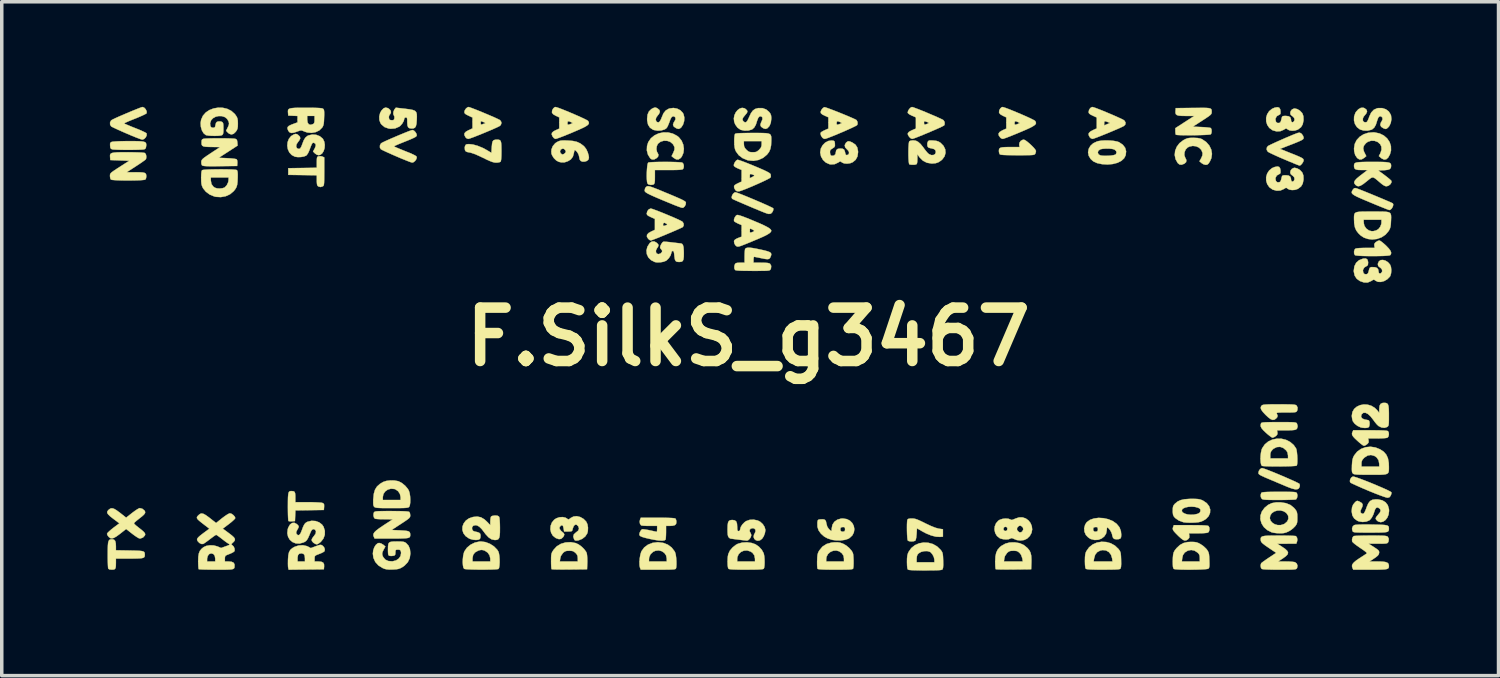
<source format=kicad_pcb>
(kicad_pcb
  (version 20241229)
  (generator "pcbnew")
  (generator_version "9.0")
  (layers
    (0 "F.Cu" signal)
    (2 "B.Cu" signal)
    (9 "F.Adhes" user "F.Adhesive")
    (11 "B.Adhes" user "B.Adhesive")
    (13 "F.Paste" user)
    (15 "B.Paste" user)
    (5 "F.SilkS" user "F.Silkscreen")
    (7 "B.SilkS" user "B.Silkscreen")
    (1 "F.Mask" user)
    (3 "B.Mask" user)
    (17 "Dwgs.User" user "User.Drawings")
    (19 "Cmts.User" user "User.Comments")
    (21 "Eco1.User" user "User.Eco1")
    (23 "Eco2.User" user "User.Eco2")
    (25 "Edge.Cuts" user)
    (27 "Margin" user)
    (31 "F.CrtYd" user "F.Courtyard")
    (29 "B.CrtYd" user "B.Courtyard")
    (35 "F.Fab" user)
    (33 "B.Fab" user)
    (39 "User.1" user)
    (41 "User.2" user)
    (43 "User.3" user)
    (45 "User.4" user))
  (footprint "F.SilkS_g3467"
    (layer "F.Cu")
    (at 18.314 6.567)
    (property "Reference" "F.SilkS_g3467" (at 0 0 0) (layer "F.SilkS") (effects (font (size 1.524 1.524) (thickness 0.3))))
    (attr through_hole)
    (fp_poly (pts (xy -12.159 -5.147) (xy -12.107 -5.123) (xy -12.107 -4.721) (xy -12.108 -4.581) (xy -12.109 -4.477) (xy -12.111 -4.404) (xy -12.116 -4.355) (xy -12.123 -4.325) (xy -12.134 -4.308) (xy -12.148 -4.298) (xy -12.148 -4.298) (xy -12.213 -4.277) (xy -12.274 -4.294) (xy -12.282 -4.299) (xy -12.302 -4.319) (xy -12.314 -4.358) (xy -12.319 -4.425) (xy -12.319 -4.467) (xy -12.319 -4.613) (xy -12.726 -4.619) (xy -13.134 -4.625) (xy -13.134 -4.815) (xy -12.319 -4.827) (xy -12.319 -4.985) (xy -12.318 -5.066) (xy -12.314 -5.114) (xy -12.302 -5.139) (xy -12.281 -5.152) (xy -12.265 -5.156) (xy -12.202 -5.158) (xy -12.159 -5.147)) (stroke (width 0.01) (type solid)) (fill yes) (layer "F.SilkS"))
    (fp_poly (pts (xy 12.805 5.377) (xy 12.938 5.379) (xy 13.036 5.384) (xy 13.1 5.39) (xy 13.134 5.398) (xy 13.14 5.402) (xy 13.163 5.448) (xy 13.165 5.507) (xy 13.149 5.561) (xy 13.125 5.587) (xy 13.088 5.596) (xy 13.019 5.603) (xy 12.928 5.608) (xy 12.832 5.609) (xy 12.58 5.609) (xy 12.59 5.676) (xy 12.589 5.733) (xy 12.558 5.774) (xy 12.549 5.781) (xy 12.504 5.809) (xy 12.461 5.815) (xy 12.413 5.797) (xy 12.352 5.751) (xy 12.283 5.689) (xy 12.205 5.611) (xy 12.154 5.555) (xy 12.126 5.513) (xy 12.117 5.478) (xy 12.124 5.443) (xy 12.128 5.431) (xy 12.149 5.376) (xy 12.632 5.376) (xy 12.805 5.377)) (stroke (width 0.01) (type solid)) (fill yes) (layer "F.SilkS"))
    (fp_poly (pts (xy 17.927 2.668) (xy 18.061 2.67) (xy 18.158 2.674) (xy 18.222 2.68) (xy 18.257 2.689) (xy 18.263 2.692) (xy 18.285 2.738) (xy 18.287 2.798) (xy 18.271 2.852) (xy 18.247 2.878) (xy 18.211 2.887) (xy 18.142 2.894) (xy 18.05 2.898) (xy 17.951 2.9) (xy 17.696 2.9) (xy 17.708 2.96) (xy 17.71 3.01) (xy 17.683 3.049) (xy 17.663 3.066) (xy 17.616 3.097) (xy 17.579 3.111) (xy 17.576 3.111) (xy 17.549 3.098) (xy 17.499 3.062) (xy 17.436 3.01) (xy 17.405 2.982) (xy 17.322 2.905) (xy 17.269 2.848) (xy 17.241 2.803) (xy 17.234 2.764) (xy 17.245 2.724) (xy 17.247 2.72) (xy 17.271 2.667) (xy 17.754 2.667) (xy 17.927 2.668)) (stroke (width 0.01) (type solid)) (fill yes) (layer "F.SilkS"))
    (fp_poly (pts (xy -17.528 -5.588) (xy -17.406 -5.585) (xy -17.317 -5.58) (xy -17.256 -5.57) (xy -17.217 -5.554) (xy -17.197 -5.532) (xy -17.189 -5.5) (xy -17.19 -5.459) (xy -17.191 -5.45) (xy -17.201 -5.393) (xy -17.224 -5.364) (xy -17.251 -5.353) (xy -17.291 -5.348) (xy -17.366 -5.344) (xy -17.465 -5.341) (xy -17.582 -5.339) (xy -17.707 -5.339) (xy -17.832 -5.339) (xy -17.948 -5.341) (xy -18.047 -5.344) (xy -18.121 -5.348) (xy -18.161 -5.353) (xy -18.196 -5.37) (xy -18.214 -5.404) (xy -18.22 -5.457) (xy -18.221 -5.515) (xy -18.209 -5.546) (xy -18.177 -5.565) (xy -18.171 -5.567) (xy -18.134 -5.573) (xy -18.061 -5.579) (xy -17.961 -5.584) (xy -17.841 -5.587) (xy -17.708 -5.588) (xy -17.687 -5.588) (xy -17.528 -5.588)) (stroke (width 0.01) (type solid)) (fill yes) (layer "F.SilkS"))
    (fp_poly (pts (xy -0.337 -4.119) (xy -0.274 -4.097) (xy -0.187 -4.063) (xy -0.08 -4.02) (xy 0.039 -3.971) (xy 0.165 -3.918) (xy 0.291 -3.864) (xy 0.412 -3.812) (xy 0.52 -3.764) (xy 0.61 -3.722) (xy 0.675 -3.691) (xy 0.71 -3.671) (xy 0.714 -3.667) (xy 0.713 -3.62) (xy 0.689 -3.565) (xy 0.65 -3.523) (xy 0.641 -3.517) (xy 0.584 -3.509) (xy 0.529 -3.523) (xy 0.473 -3.544) (xy 0.391 -3.576) (xy 0.289 -3.618) (xy 0.173 -3.666) (xy 0.05 -3.718) (xy -0.072 -3.77) (xy -0.189 -3.82) (xy -0.293 -3.865) (xy -0.377 -3.902) (xy -0.435 -3.929) (xy -0.461 -3.942) (xy -0.476 -3.978) (xy -0.466 -4.028) (xy -0.439 -4.079) (xy -0.401 -4.117) (xy -0.368 -4.128) (xy -0.337 -4.119)) (stroke (width 0.01) (type solid)) (fill yes) (layer "F.SilkS"))
    (fp_poly (pts (xy 14.7 3.755) (xy 14.765 3.777) (xy 14.854 3.811) (xy 14.962 3.854) (xy 15.083 3.903) (xy 15.209 3.956) (xy 15.335 4.01) (xy 15.454 4.062) (xy 15.56 4.109) (xy 15.647 4.15) (xy 15.707 4.18) (xy 15.736 4.198) (xy 15.737 4.199) (xy 15.746 4.25) (xy 15.736 4.29) (xy 15.711 4.332) (xy 15.668 4.352) (xy 15.604 4.351) (xy 15.514 4.328) (xy 15.394 4.283) (xy 15.346 4.263) (xy 15.237 4.217) (xy 15.106 4.162) (xy 14.969 4.104) (xy 14.843 4.051) (xy 14.731 4.003) (xy 14.652 3.966) (xy 14.602 3.939) (xy 14.575 3.916) (xy 14.564 3.896) (xy 14.563 3.887) (xy 14.576 3.828) (xy 14.61 3.777) (xy 14.653 3.749) (xy 14.667 3.747) (xy 14.7 3.755)) (stroke (width 0.01) (type solid)) (fill yes) (layer "F.SilkS"))
    (fp_poly (pts (xy 17.792 5.359) (xy 17.949 5.362) (xy 18.069 5.365) (xy 18.156 5.37) (xy 18.217 5.379) (xy 18.255 5.392) (xy 18.276 5.41) (xy 18.285 5.436) (xy 18.288 5.47) (xy 18.288 5.483) (xy 18.286 5.515) (xy 18.278 5.54) (xy 18.259 5.559) (xy 18.224 5.572) (xy 18.167 5.58) (xy 18.085 5.585) (xy 17.972 5.587) (xy 17.823 5.588) (xy 17.755 5.588) (xy 17.6 5.588) (xy 17.483 5.587) (xy 17.396 5.585) (xy 17.336 5.582) (xy 17.297 5.577) (xy 17.273 5.569) (xy 17.259 5.558) (xy 17.25 5.544) (xy 17.25 5.544) (xy 17.236 5.48) (xy 17.253 5.418) (xy 17.294 5.376) (xy 17.334 5.367) (xy 17.415 5.361) (xy 17.536 5.358) (xy 17.696 5.358) (xy 17.792 5.359)) (stroke (width 0.01) (type solid)) (fill yes) (layer "F.SilkS"))
    (fp_poly (pts (xy 15.314 4.424) (xy 15.432 4.425) (xy 15.518 4.427) (xy 15.578 4.43) (xy 15.617 4.435) (xy 15.641 4.443) (xy 15.655 4.454) (xy 15.664 4.468) (xy 15.664 4.468) (xy 15.677 4.523) (xy 15.669 4.584) (xy 15.645 4.632) (xy 15.635 4.64) (xy 15.608 4.645) (xy 15.544 4.649) (xy 15.451 4.652) (xy 15.336 4.655) (xy 15.204 4.656) (xy 15.152 4.656) (xy 14.997 4.656) (xy 14.879 4.655) (xy 14.793 4.652) (xy 14.733 4.647) (xy 14.694 4.641) (xy 14.67 4.631) (xy 14.659 4.623) (xy 14.633 4.574) (xy 14.628 4.512) (xy 14.644 4.459) (xy 14.652 4.449) (xy 14.675 4.44) (xy 14.728 4.433) (xy 14.812 4.428) (xy 14.931 4.425) (xy 15.088 4.424) (xy 15.159 4.424) (xy 15.314 4.424)) (stroke (width 0.01) (type solid)) (fill yes) (layer "F.SilkS"))
    (fp_poly (pts (xy 17.292 3.993) (xy 17.356 4.012) (xy 17.445 4.043) (xy 17.553 4.084) (xy 17.675 4.131) (xy 17.802 4.182) (xy 17.931 4.236) (xy 18.053 4.288) (xy 18.163 4.336) (xy 18.255 4.379) (xy 18.321 4.412) (xy 18.357 4.435) (xy 18.361 4.44) (xy 18.36 4.477) (xy 18.341 4.529) (xy 18.34 4.531) (xy 18.308 4.576) (xy 18.263 4.591) (xy 18.24 4.591) (xy 18.202 4.582) (xy 18.131 4.559) (xy 18.034 4.524) (xy 17.917 4.479) (xy 17.786 4.426) (xy 17.695 4.389) (xy 17.561 4.332) (xy 17.44 4.279) (xy 17.336 4.232) (xy 17.255 4.195) (xy 17.204 4.169) (xy 17.189 4.16) (xy 17.174 4.119) (xy 17.185 4.066) (xy 17.215 4.017) (xy 17.258 3.989) (xy 17.261 3.988) (xy 17.292 3.993)) (stroke (width 0.01) (type solid)) (fill yes) (layer "F.SilkS"))
    (fp_poly (pts (xy 17.348 -4.245) (xy 17.384 -4.233) (xy 17.451 -4.208) (xy 17.542 -4.172) (xy 17.651 -4.128) (xy 17.771 -4.079) (xy 17.897 -4.027) (xy 18.022 -3.975) (xy 18.139 -3.926) (xy 18.241 -3.882) (xy 18.324 -3.847) (xy 18.38 -3.821) (xy 18.402 -3.809) (xy 18.413 -3.773) (xy 18.401 -3.722) (xy 18.373 -3.67) (xy 18.335 -3.632) (xy 18.302 -3.62) (xy 18.277 -3.628) (xy 18.218 -3.65) (xy 18.13 -3.685) (xy 18.02 -3.729) (xy 17.893 -3.781) (xy 17.759 -3.837) (xy 17.594 -3.906) (xy 17.464 -3.962) (xy 17.366 -4.007) (xy 17.298 -4.044) (xy 17.254 -4.076) (xy 17.231 -4.104) (xy 17.227 -4.133) (xy 17.237 -4.163) (xy 17.257 -4.198) (xy 17.261 -4.205) (xy 17.297 -4.243) (xy 17.339 -4.247) (xy 17.348 -4.245)) (stroke (width 0.01) (type solid)) (fill yes) (layer "F.SilkS"))
    (fp_poly (pts (xy 18.046 -2.738) (xy 18.098 -2.7) (xy 18.163 -2.645) (xy 18.203 -2.609) (xy 18.287 -2.521) (xy 18.336 -2.452) (xy 18.354 -2.397) (xy 18.342 -2.352) (xy 18.326 -2.333) (xy 18.297 -2.324) (xy 18.232 -2.317) (xy 18.141 -2.311) (xy 18.029 -2.308) (xy 17.906 -2.306) (xy 17.777 -2.306) (xy 17.651 -2.307) (xy 17.535 -2.31) (xy 17.437 -2.315) (xy 17.364 -2.322) (xy 17.323 -2.33) (xy 17.319 -2.333) (xy 17.296 -2.378) (xy 17.294 -2.438) (xy 17.31 -2.492) (xy 17.334 -2.518) (xy 17.371 -2.527) (xy 17.44 -2.534) (xy 17.531 -2.538) (xy 17.63 -2.54) (xy 17.885 -2.54) (xy 17.873 -2.6) (xy 17.872 -2.65) (xy 17.898 -2.689) (xy 17.918 -2.706) (xy 17.969 -2.738) (xy 18.013 -2.752) (xy 18.015 -2.752) (xy 18.046 -2.738)) (stroke (width 0.01) (type solid)) (fill yes) (layer "F.SilkS"))
    (fp_poly (pts (xy -12.99 4.407) (xy -12.956 4.424) (xy -12.939 4.464) (xy -12.933 4.534) (xy -12.933 4.574) (xy -12.933 4.72) (xy -12.574 4.72) (xy -12.451 4.721) (xy -12.34 4.725) (xy -12.248 4.73) (xy -12.184 4.736) (xy -12.16 4.741) (xy -12.125 4.76) (xy -12.111 4.788) (xy -12.111 4.842) (xy -12.111 4.852) (xy -12.118 4.942) (xy -12.524 4.948) (xy -12.931 4.954) (xy -12.937 5.107) (xy -12.943 5.26) (xy -13.029 5.266) (xy -13.086 5.267) (xy -13.124 5.26) (xy -13.129 5.257) (xy -13.134 5.232) (xy -13.138 5.172) (xy -13.142 5.083) (xy -13.144 4.972) (xy -13.145 4.848) (xy -13.144 4.7) (xy -13.142 4.588) (xy -13.136 4.509) (xy -13.127 4.456) (xy -13.112 4.424) (xy -13.09 4.408) (xy -13.061 4.403) (xy -13.047 4.403) (xy -12.99 4.407)) (stroke (width 0.01) (type solid)) (fill yes) (layer "F.SilkS"))
    (fp_poly (pts (xy 4.718 5.188) (xy 4.77 5.198) (xy 4.829 5.218) (xy 4.906 5.252) (xy 5.009 5.301) (xy 5.051 5.323) (xy 5.21 5.398) (xy 5.338 5.449) (xy 5.432 5.475) (xy 5.44 5.477) (xy 5.556 5.493) (xy 5.556 5.704) (xy 5.472 5.711) (xy 5.358 5.705) (xy 5.224 5.671) (xy 5.08 5.613) (xy 4.974 5.557) (xy 4.815 5.465) (xy 4.804 5.634) (xy 4.793 5.736) (xy 4.778 5.799) (xy 4.762 5.822) (xy 4.713 5.837) (xy 4.649 5.841) (xy 4.589 5.833) (xy 4.555 5.817) (xy 4.546 5.787) (xy 4.539 5.726) (xy 4.533 5.641) (xy 4.53 5.544) (xy 4.529 5.444) (xy 4.53 5.352) (xy 4.534 5.276) (xy 4.54 5.226) (xy 4.543 5.219) (xy 4.564 5.198) (xy 4.614 5.188) (xy 4.667 5.186) (xy 4.718 5.188)) (stroke (width 0.01) (type solid)) (fill yes) (layer "F.SilkS"))
    (fp_poly (pts (xy -2.832 -4.298) (xy -2.784 -4.285) (xy -2.716 -4.261) (xy -2.625 -4.226) (xy -2.506 -4.178) (xy -2.355 -4.115) (xy -2.265 -4.078) (xy -2.113 -4.014) (xy -1.995 -3.963) (xy -1.909 -3.924) (xy -1.849 -3.893) (xy -1.81 -3.869) (xy -1.789 -3.85) (xy -1.782 -3.833) (xy -1.782 -3.833) (xy -1.788 -3.779) (xy -1.816 -3.726) (xy -1.855 -3.69) (xy -1.879 -3.684) (xy -1.913 -3.691) (xy -1.976 -3.712) (xy -2.058 -3.743) (xy -2.117 -3.766) (xy -2.321 -3.85) (xy -2.49 -3.92) (xy -2.626 -3.978) (xy -2.733 -4.025) (xy -2.815 -4.063) (xy -2.874 -4.093) (xy -2.915 -4.118) (xy -2.94 -4.138) (xy -2.954 -4.156) (xy -2.959 -4.174) (xy -2.959 -4.174) (xy -2.947 -4.24) (xy -2.924 -4.273) (xy -2.907 -4.288) (xy -2.889 -4.298) (xy -2.866 -4.302) (xy -2.832 -4.298)) (stroke (width 0.01) (type solid)) (fill yes) (layer "F.SilkS"))
    (fp_poly (pts (xy -2.302 -4.995) (xy -2.179 -4.993) (xy -2.067 -4.99) (xy -1.975 -4.985) (xy -1.911 -4.98) (xy -1.882 -4.973) (xy -1.853 -4.937) (xy -1.841 -4.88) (xy -1.848 -4.822) (xy -1.867 -4.788) (xy -1.893 -4.778) (xy -1.952 -4.77) (xy -2.045 -4.765) (xy -2.176 -4.763) (xy -2.28 -4.763) (xy -2.667 -4.763) (xy -2.667 -4.564) (xy -2.668 -4.464) (xy -2.675 -4.399) (xy -2.691 -4.362) (xy -2.72 -4.345) (xy -2.768 -4.339) (xy -2.795 -4.339) (xy -2.855 -4.355) (xy -2.88 -4.383) (xy -2.891 -4.426) (xy -2.897 -4.498) (xy -2.9 -4.588) (xy -2.898 -4.687) (xy -2.893 -4.784) (xy -2.885 -4.871) (xy -2.874 -4.937) (xy -2.86 -4.972) (xy -2.857 -4.975) (xy -2.826 -4.982) (xy -2.759 -4.987) (xy -2.666 -4.991) (xy -2.553 -4.994) (xy -2.429 -4.995) (xy -2.302 -4.995)) (stroke (width 0.01) (type solid)) (fill yes) (layer "F.SilkS"))
    (fp_poly (pts (xy 7.901 -5.616) (xy 7.956 -5.578) (xy 8.021 -5.524) (xy 8.088 -5.462) (xy 8.148 -5.401) (xy 8.192 -5.347) (xy 8.212 -5.31) (xy 8.213 -5.306) (xy 8.203 -5.256) (xy 8.191 -5.227) (xy 8.182 -5.214) (xy 8.166 -5.204) (xy 8.139 -5.196) (xy 8.096 -5.191) (xy 8.03 -5.188) (xy 7.937 -5.187) (xy 7.811 -5.186) (xy 7.687 -5.186) (xy 7.514 -5.187) (xy 7.381 -5.189) (xy 7.284 -5.193) (xy 7.22 -5.199) (xy 7.185 -5.208) (xy 7.18 -5.211) (xy 7.162 -5.249) (xy 7.154 -5.302) (xy 7.157 -5.347) (xy 7.17 -5.378) (xy 7.2 -5.399) (xy 7.252 -5.411) (xy 7.332 -5.417) (xy 7.447 -5.419) (xy 7.476 -5.419) (xy 7.746 -5.419) (xy 7.734 -5.479) (xy 7.741 -5.541) (xy 7.778 -5.595) (xy 7.836 -5.626) (xy 7.865 -5.63) (xy 7.901 -5.616)) (stroke (width 0.01) (type solid)) (fill yes) (layer "F.SilkS"))
    (fp_poly (pts (xy 15.304 2.434) (xy 15.424 2.435) (xy 15.513 2.437) (xy 15.575 2.44) (xy 15.616 2.446) (xy 15.641 2.453) (xy 15.655 2.463) (xy 15.663 2.475) (xy 15.683 2.548) (xy 15.668 2.612) (xy 15.651 2.634) (xy 15.628 2.648) (xy 15.589 2.658) (xy 15.527 2.664) (xy 15.434 2.667) (xy 15.355 2.667) (xy 15.093 2.667) (xy 15.105 2.727) (xy 15.106 2.777) (xy 15.079 2.816) (xy 15.059 2.833) (xy 15.01 2.864) (xy 14.969 2.879) (xy 14.966 2.879) (xy 14.936 2.865) (xy 14.885 2.828) (xy 14.819 2.775) (xy 14.779 2.739) (xy 14.7 2.663) (xy 14.651 2.604) (xy 14.628 2.554) (xy 14.628 2.506) (xy 14.639 2.468) (xy 14.648 2.457) (xy 14.667 2.449) (xy 14.703 2.443) (xy 14.761 2.439) (xy 14.844 2.436) (xy 14.959 2.435) (xy 15.11 2.434) (xy 15.146 2.434) (xy 15.304 2.434)) (stroke (width 0.01) (type solid)) (fill yes) (layer "F.SilkS"))
    (fp_poly (pts (xy 17.886 -5.836) (xy 18.025 -5.806) (xy 18.144 -5.747) (xy 18.24 -5.663) (xy 18.309 -5.56) (xy 18.346 -5.445) (xy 18.349 -5.322) (xy 18.319 -5.212) (xy 18.269 -5.12) (xy 18.213 -5.07) (xy 18.151 -5.061) (xy 18.083 -5.093) (xy 18.062 -5.11) (xy 18.002 -5.162) (xy 18.043 -5.238) (xy 18.078 -5.338) (xy 18.074 -5.431) (xy 18.041 -5.499) (xy 17.968 -5.564) (xy 17.877 -5.597) (xy 17.78 -5.599) (xy 17.687 -5.569) (xy 17.63 -5.526) (xy 17.574 -5.455) (xy 17.555 -5.384) (xy 17.572 -5.303) (xy 17.592 -5.259) (xy 17.642 -5.16) (xy 17.583 -5.11) (xy 17.511 -5.067) (xy 17.444 -5.066) (xy 17.383 -5.106) (xy 17.326 -5.191) (xy 17.298 -5.298) (xy 17.293 -5.379) (xy 17.313 -5.506) (xy 17.368 -5.618) (xy 17.454 -5.711) (xy 17.565 -5.782) (xy 17.696 -5.826) (xy 17.842 -5.839) (xy 17.886 -5.836)) (stroke (width 0.01) (type solid)) (fill yes) (layer "F.SilkS"))
    (fp_poly (pts (xy -2.289 -5.835) (xy -2.157 -5.803) (xy -2.035 -5.739) (xy -1.982 -5.697) (xy -1.905 -5.601) (xy -1.858 -5.489) (xy -1.84 -5.37) (xy -1.853 -5.254) (xy -1.897 -5.15) (xy -1.931 -5.106) (xy -1.992 -5.066) (xy -2.059 -5.067) (xy -2.131 -5.11) (xy -2.19 -5.16) (xy -2.141 -5.259) (xy -2.108 -5.344) (xy -2.107 -5.414) (xy -2.14 -5.483) (xy -2.16 -5.51) (xy -2.23 -5.568) (xy -2.319 -5.597) (xy -2.415 -5.599) (xy -2.505 -5.571) (xy -2.577 -5.516) (xy -2.581 -5.511) (xy -2.614 -5.442) (xy -2.624 -5.361) (xy -2.609 -5.286) (xy -2.594 -5.259) (xy -2.565 -5.199) (xy -2.577 -5.145) (xy -2.617 -5.103) (xy -2.687 -5.065) (xy -2.752 -5.065) (xy -2.799 -5.096) (xy -2.865 -5.202) (xy -2.897 -5.324) (xy -2.891 -5.451) (xy -2.856 -5.56) (xy -2.781 -5.669) (xy -2.679 -5.752) (xy -2.558 -5.809) (xy -2.426 -5.837) (xy -2.289 -5.835)) (stroke (width 0.01) (type solid)) (fill yes) (layer "F.SilkS"))
    (fp_poly (pts (xy 15.311 1.927) (xy 15.429 1.928) (xy 15.516 1.931) (xy 15.576 1.935) (xy 15.616 1.942) (xy 15.64 1.951) (xy 15.651 1.959) (xy 15.681 2.017) (xy 15.676 2.088) (xy 15.663 2.118) (xy 15.65 2.135) (xy 15.63 2.146) (xy 15.594 2.153) (xy 15.535 2.157) (xy 15.446 2.159) (xy 15.355 2.159) (xy 15.24 2.159) (xy 15.162 2.161) (xy 15.114 2.164) (xy 15.09 2.171) (xy 15.084 2.182) (xy 15.09 2.197) (xy 15.091 2.2) (xy 15.111 2.253) (xy 15.099 2.295) (xy 15.071 2.328) (xy 15.022 2.364) (xy 14.97 2.371) (xy 14.91 2.348) (xy 14.837 2.292) (xy 14.768 2.227) (xy 14.69 2.143) (xy 14.644 2.079) (xy 14.628 2.028) (xy 14.639 1.985) (xy 14.659 1.959) (xy 14.676 1.948) (xy 14.704 1.94) (xy 14.75 1.934) (xy 14.818 1.93) (xy 14.913 1.927) (xy 15.042 1.926) (xy 15.155 1.926) (xy 15.311 1.927)) (stroke (width 0.01) (type solid)) (fill yes) (layer "F.SilkS"))
    (fp_poly (pts (xy -7.127 -5.628) (xy -7.093 -5.616) (xy -7.07 -5.589) (xy -7.057 -5.541) (xy -7.051 -5.465) (xy -7.049 -5.355) (xy -7.048 -5.302) (xy -7.05 -5.165) (xy -7.056 -5.07) (xy -7.066 -5.014) (xy -7.074 -5) (xy -7.109 -4.984) (xy -7.169 -4.975) (xy -7.198 -4.974) (xy -7.248 -4.978) (xy -7.303 -4.992) (xy -7.373 -5.018) (xy -7.466 -5.059) (xy -7.573 -5.112) (xy -7.716 -5.179) (xy -7.836 -5.229) (xy -7.929 -5.259) (xy -7.96 -5.265) (xy -8.028 -5.278) (xy -8.066 -5.296) (xy -8.086 -5.326) (xy -8.09 -5.336) (xy -8.096 -5.409) (xy -8.087 -5.447) (xy -8.068 -5.483) (xy -8.037 -5.499) (xy -7.979 -5.503) (xy -7.972 -5.503) (xy -7.858 -5.49) (xy -7.725 -5.453) (xy -7.586 -5.396) (xy -7.472 -5.335) (xy -7.334 -5.253) (xy -7.324 -5.421) (xy -7.315 -5.517) (xy -7.3 -5.578) (xy -7.273 -5.612) (xy -7.229 -5.627) (xy -7.174 -5.63) (xy -7.127 -5.628)) (stroke (width 0.01) (type solid)) (fill yes) (layer "F.SilkS"))
    (fp_poly (pts (xy -18.109 5.79) (xy -18.076 5.826) (xy -18.059 5.894) (xy -18.055 5.977) (xy -18.055 6.093) (xy -17.663 6.1) (xy -17.517 6.103) (xy -17.409 6.107) (xy -17.332 6.113) (xy -17.281 6.124) (xy -17.251 6.14) (xy -17.236 6.164) (xy -17.231 6.197) (xy -17.23 6.224) (xy -17.232 6.259) (xy -17.242 6.285) (xy -17.265 6.304) (xy -17.308 6.317) (xy -17.374 6.324) (xy -17.469 6.328) (xy -17.6 6.329) (xy -17.668 6.329) (xy -18.055 6.329) (xy -18.055 6.454) (xy -18.057 6.545) (xy -18.066 6.602) (xy -18.088 6.632) (xy -18.126 6.644) (xy -18.172 6.646) (xy -18.24 6.64) (xy -18.273 6.618) (xy -18.275 6.613) (xy -18.279 6.581) (xy -18.283 6.515) (xy -18.286 6.422) (xy -18.288 6.31) (xy -18.288 6.212) (xy -18.287 6.066) (xy -18.284 5.957) (xy -18.277 5.879) (xy -18.263 5.828) (xy -18.243 5.798) (xy -18.214 5.783) (xy -18.174 5.779) (xy -18.16 5.779) (xy -18.109 5.79)) (stroke (width 0.01) (type solid)) (fill yes) (layer "F.SilkS"))
    (fp_poly (pts (xy 7.749 5.891) (xy 7.867 5.945) (xy 7.967 6.027) (xy 8.021 6.091) (xy 8.057 6.161) (xy 8.077 6.247) (xy 8.083 6.358) (xy 8.082 6.445) (xy 8.075 6.636) (xy 7.576 6.641) (xy 7.435 6.642) (xy 7.308 6.642) (xy 7.201 6.641) (xy 7.121 6.638) (xy 7.074 6.635) (xy 7.063 6.633) (xy 7.057 6.606) (xy 7.052 6.548) (xy 7.049 6.467) (xy 7.048 6.417) (xy 7.049 6.413) (xy 7.297 6.413) (xy 7.837 6.413) (xy 7.823 6.324) (xy 7.787 6.223) (xy 7.746 6.17) (xy 7.702 6.132) (xy 7.657 6.113) (xy 7.593 6.107) (xy 7.567 6.107) (xy 7.494 6.11) (xy 7.445 6.124) (xy 7.402 6.156) (xy 7.386 6.172) (xy 7.327 6.257) (xy 7.309 6.326) (xy 7.297 6.413) (xy 7.049 6.413) (xy 7.055 6.273) (xy 7.078 6.162) (xy 7.12 6.075) (xy 7.184 6.002) (xy 7.224 5.969) (xy 7.34 5.903) (xy 7.466 5.87) (xy 7.609 5.867) (xy 7.749 5.891)) (stroke (width 0.01) (type solid)) (fill yes) (layer "F.SilkS"))
    (fp_poly (pts (xy -2.43 5.882) (xy -2.298 5.933) (xy -2.188 6.015) (xy -2.106 6.122) (xy -2.086 6.164) (xy -2.071 6.223) (xy -2.06 6.307) (xy -2.053 6.403) (xy -2.052 6.496) (xy -2.057 6.573) (xy -2.066 6.613) (xy -2.075 6.624) (xy -2.094 6.632) (xy -2.13 6.638) (xy -2.187 6.642) (xy -2.271 6.645) (xy -2.385 6.646) (xy -2.536 6.646) (xy -2.575 6.646) (xy -3.07 6.646) (xy -3.093 6.588) (xy -3.106 6.522) (xy -3.108 6.43) (xy -3.101 6.351) (xy -2.836 6.351) (xy -2.836 6.413) (xy -2.328 6.413) (xy -2.328 6.329) (xy -2.347 6.24) (xy -2.397 6.169) (xy -2.47 6.119) (xy -2.556 6.097) (xy -2.648 6.106) (xy -2.715 6.135) (xy -2.791 6.204) (xy -2.831 6.294) (xy -2.836 6.351) (xy -3.101 6.351) (xy -3.1 6.327) (xy -3.083 6.226) (xy -3.059 6.143) (xy -3.049 6.119) (xy -2.972 6.013) (xy -2.865 5.933) (xy -2.735 5.882) (xy -2.586 5.863) (xy -2.578 5.863) (xy -2.43 5.882)) (stroke (width 0.01) (type solid)) (fill yes) (layer "F.SilkS"))
    (fp_poly (pts (xy 10.325 -5.605) (xy 10.438 -5.594) (xy 10.531 -5.576) (xy 10.583 -5.558) (xy 10.691 -5.485) (xy 10.758 -5.398) (xy 10.786 -5.298) (xy 10.774 -5.187) (xy 10.729 -5.098) (xy 10.65 -5.025) (xy 10.541 -4.97) (xy 10.408 -4.935) (xy 10.257 -4.921) (xy 10.097 -4.931) (xy 9.957 -4.961) (xy 9.85 -5.01) (xy 9.775 -5.077) (xy 9.718 -5.171) (xy 9.702 -5.263) (xy 9.977 -5.263) (xy 9.996 -5.215) (xy 10.041 -5.184) (xy 10.094 -5.173) (xy 10.171 -5.168) (xy 10.26 -5.169) (xy 10.349 -5.175) (xy 10.426 -5.187) (xy 10.478 -5.202) (xy 10.49 -5.21) (xy 10.513 -5.258) (xy 10.5 -5.307) (xy 10.452 -5.348) (xy 10.444 -5.352) (xy 10.387 -5.366) (xy 10.304 -5.374) (xy 10.21 -5.375) (xy 10.123 -5.369) (xy 10.057 -5.357) (xy 10.046 -5.352) (xy 9.993 -5.312) (xy 9.977 -5.263) (xy 9.702 -5.263) (xy 9.7 -5.27) (xy 9.718 -5.367) (xy 9.768 -5.454) (xy 9.848 -5.527) (xy 9.956 -5.578) (xy 9.997 -5.589) (xy 10.092 -5.603) (xy 10.206 -5.608) (xy 10.325 -5.605)) (stroke (width 0.01) (type solid)) (fill yes) (layer "F.SilkS"))
    (fp_poly (pts (xy -4.927 5.888) (xy -4.847 5.926) (xy -4.764 5.986) (xy -4.689 6.059) (xy -4.633 6.133) (xy -4.613 6.177) (xy -4.604 6.234) (xy -4.598 6.318) (xy -4.596 6.414) (xy -4.597 6.445) (xy -4.604 6.636) (xy -5.103 6.641) (xy -5.244 6.642) (xy -5.371 6.642) (xy -5.477 6.641) (xy -5.558 6.638) (xy -5.605 6.635) (xy -5.616 6.633) (xy -5.622 6.607) (xy -5.627 6.548) (xy -5.63 6.466) (xy -5.63 6.413) (xy -5.382 6.413) (xy -4.868 6.413) (xy -4.868 6.322) (xy -4.875 6.253) (xy -4.903 6.201) (xy -4.933 6.169) (xy -4.98 6.131) (xy -5.027 6.112) (xy -5.095 6.107) (xy -5.113 6.107) (xy -5.185 6.11) (xy -5.234 6.125) (xy -5.278 6.157) (xy -5.293 6.172) (xy -5.352 6.257) (xy -5.37 6.326) (xy -5.382 6.413) (xy -5.63 6.413) (xy -5.63 6.402) (xy -5.63 6.303) (xy -5.626 6.234) (xy -5.617 6.186) (xy -5.6 6.144) (xy -5.572 6.099) (xy -5.562 6.083) (xy -5.469 5.981) (xy -5.35 5.909) (xy -5.214 5.869) (xy -5.066 5.862) (xy -4.927 5.888)) (stroke (width 0.01) (type solid)) (fill yes) (layer "F.SilkS"))
    (fp_poly (pts (xy 0.099 5.885) (xy 0.203 5.922) (xy 0.301 5.989) (xy 0.383 6.078) (xy 0.436 6.174) (xy 0.443 6.196) (xy 0.456 6.264) (xy 0.463 6.349) (xy 0.465 6.439) (xy 0.462 6.522) (xy 0.453 6.587) (xy 0.44 6.621) (xy 0.417 6.63) (xy 0.364 6.637) (xy 0.28 6.642) (xy 0.16 6.645) (xy 0.002 6.646) (xy -0.064 6.646) (xy -0.235 6.646) (xy -0.368 6.643) (xy -0.465 6.639) (xy -0.528 6.633) (xy -0.562 6.624) (xy -0.567 6.621) (xy -0.58 6.586) (xy -0.589 6.522) (xy -0.592 6.439) (xy -0.59 6.349) (xy -0.59 6.339) (xy -0.318 6.339) (xy -0.318 6.413) (xy 0.191 6.413) (xy 0.191 6.334) (xy 0.172 6.238) (xy 0.118 6.164) (xy 0.063 6.128) (xy -0.032 6.098) (xy -0.126 6.104) (xy -0.209 6.14) (xy -0.274 6.201) (xy -0.311 6.284) (xy -0.318 6.339) (xy -0.59 6.339) (xy -0.584 6.266) (xy -0.571 6.2) (xy -0.526 6.104) (xy -0.449 6.013) (xy -0.353 5.937) (xy -0.293 5.906) (xy -0.172 5.873) (xy -0.035 5.866) (xy 0.099 5.885)) (stroke (width 0.01) (type solid)) (fill yes) (layer "F.SilkS"))
    (fp_poly (pts (xy 12.711 -5.682) (xy 12.824 -5.677) (xy 12.906 -5.662) (xy 12.954 -5.643) (xy 13.074 -5.561) (xy 13.162 -5.46) (xy 13.217 -5.345) (xy 13.237 -5.223) (xy 13.219 -5.1) (xy 13.178 -5.008) (xy 13.139 -4.948) (xy 13.105 -4.919) (xy 13.065 -4.911) (xy 13.06 -4.911) (xy 13.001 -4.925) (xy 12.941 -4.96) (xy 12.94 -4.962) (xy 12.88 -5.012) (xy 12.93 -5.1) (xy 12.963 -5.176) (xy 12.969 -5.242) (xy 12.966 -5.258) (xy 12.931 -5.341) (xy 12.867 -5.403) (xy 12.783 -5.441) (xy 12.689 -5.452) (xy 12.594 -5.433) (xy 12.541 -5.406) (xy 12.486 -5.349) (xy 12.454 -5.272) (xy 12.448 -5.191) (xy 12.471 -5.12) (xy 12.477 -5.111) (xy 12.507 -5.046) (xy 12.498 -4.988) (xy 12.449 -4.944) (xy 12.447 -4.943) (xy 12.37 -4.914) (xy 12.31 -4.921) (xy 12.259 -4.963) (xy 12.258 -4.965) (xy 12.198 -5.073) (xy 12.174 -5.191) (xy 12.186 -5.311) (xy 12.232 -5.426) (xy 12.309 -5.529) (xy 12.416 -5.612) (xy 12.425 -5.617) (xy 12.49 -5.651) (xy 12.546 -5.671) (xy 12.61 -5.68) (xy 12.697 -5.682) (xy 12.711 -5.682)) (stroke (width 0.01) (type solid)) (fill yes) (layer "F.SilkS"))
    (fp_poly (pts (xy 15.222 2.909) (xy 15.35 2.94) (xy 15.468 3) (xy 15.57 3.087) (xy 15.638 3.185) (xy 15.652 3.231) (xy 15.663 3.304) (xy 15.671 3.392) (xy 15.675 3.484) (xy 15.674 3.569) (xy 15.669 3.636) (xy 15.658 3.674) (xy 15.656 3.676) (xy 15.629 3.683) (xy 15.567 3.688) (xy 15.478 3.693) (xy 15.369 3.696) (xy 15.247 3.698) (xy 15.12 3.699) (xy 14.995 3.699) (xy 14.88 3.697) (xy 14.782 3.694) (xy 14.709 3.69) (xy 14.668 3.684) (xy 14.663 3.682) (xy 14.641 3.647) (xy 14.628 3.582) (xy 14.623 3.496) (xy 14.625 3.401) (xy 14.628 3.378) (xy 14.901 3.378) (xy 14.901 3.471) (xy 15.409 3.471) (xy 15.409 3.388) (xy 15.392 3.298) (xy 15.357 3.243) (xy 15.274 3.172) (xy 15.182 3.14) (xy 15.087 3.147) (xy 14.997 3.192) (xy 14.966 3.22) (xy 14.922 3.274) (xy 14.904 3.331) (xy 14.901 3.378) (xy 14.628 3.378) (xy 14.636 3.307) (xy 14.654 3.224) (xy 14.67 3.182) (xy 14.746 3.07) (xy 14.845 2.987) (xy 14.963 2.933) (xy 15.09 2.907) (xy 15.222 2.909)) (stroke (width 0.01) (type solid)) (fill yes) (layer "F.SilkS"))
    (fp_poly (pts (xy -7.502 5.86) (xy -7.374 5.91) (xy -7.26 5.984) (xy -7.169 6.077) (xy -7.138 6.126) (xy -7.12 6.18) (xy -7.108 6.257) (xy -7.101 6.348) (xy -7.1 6.441) (xy -7.105 6.525) (xy -7.115 6.59) (xy -7.132 6.624) (xy -7.133 6.626) (xy -7.165 6.632) (xy -7.231 6.638) (xy -7.324 6.642) (xy -7.437 6.644) (xy -7.561 6.645) (xy -7.688 6.645) (xy -7.812 6.643) (xy -7.924 6.64) (xy -8.017 6.636) (xy -8.082 6.63) (xy -8.112 6.623) (xy -8.134 6.589) (xy -8.147 6.524) (xy -8.153 6.439) (xy -8.15 6.344) (xy -8.148 6.328) (xy -7.874 6.328) (xy -7.874 6.413) (xy -7.366 6.413) (xy -7.366 6.33) (xy -7.386 6.239) (xy -7.44 6.161) (xy -7.522 6.105) (xy -7.548 6.095) (xy -7.607 6.082) (xy -7.662 6.088) (xy -7.715 6.105) (xy -7.803 6.155) (xy -7.855 6.223) (xy -7.874 6.316) (xy -7.874 6.328) (xy -8.148 6.328) (xy -8.14 6.25) (xy -8.121 6.168) (xy -8.105 6.124) (xy -8.032 6.019) (xy -7.929 5.934) (xy -7.806 5.873) (xy -7.673 5.844) (xy -7.631 5.842) (xy -7.502 5.86)) (stroke (width 0.01) (type solid)) (fill yes) (layer "F.SilkS"))
    (fp_poly (pts (xy 9.858 -6.553) (xy 9.924 -6.531) (xy 10.014 -6.496) (xy 10.121 -6.454) (xy 10.238 -6.405) (xy 10.357 -6.355) (xy 10.472 -6.305) (xy 10.574 -6.259) (xy 10.658 -6.22) (xy 10.715 -6.19) (xy 10.736 -6.176) (xy 10.77 -6.12) (xy 10.764 -6.064) (xy 10.726 -6.023) (xy 10.686 -6.002) (xy 10.617 -5.969) (xy 10.524 -5.928) (xy 10.416 -5.882) (xy 10.3 -5.833) (xy 10.182 -5.785) (xy 10.07 -5.74) (xy 9.971 -5.701) (xy 9.892 -5.672) (xy 9.84 -5.655) (xy 9.825 -5.652) (xy 9.781 -5.668) (xy 9.748 -5.699) (xy 9.716 -5.762) (xy 9.719 -5.813) (xy 9.761 -5.858) (xy 9.832 -5.898) (xy 9.948 -5.951) (xy 9.948 -6.098) (xy 10.16 -6.098) (xy 10.16 -6.036) (xy 10.242 -6.071) (xy 10.325 -6.106) (xy 10.261 -6.133) (xy 10.202 -6.154) (xy 10.172 -6.153) (xy 10.161 -6.126) (xy 10.16 -6.098) (xy 9.948 -6.098) (xy 9.948 -6.262) (xy 9.832 -6.316) (xy 9.764 -6.35) (xy 9.728 -6.38) (xy 9.716 -6.411) (xy 9.716 -6.418) (xy 9.729 -6.48) (xy 9.764 -6.532) (xy 9.809 -6.56) (xy 9.823 -6.562) (xy 9.858 -6.553)) (stroke (width 0.01) (type solid)) (fill yes) (layer "F.SilkS"))
    (fp_poly (pts (xy 13.08 -6.536) (xy 13.146 -6.53) (xy 13.188 -6.52) (xy 13.213 -6.504) (xy 13.225 -6.482) (xy 13.229 -6.451) (xy 13.229 -6.418) (xy 13.227 -6.391) (xy 13.218 -6.366) (xy 13.196 -6.339) (xy 13.155 -6.306) (xy 13.092 -6.262) (xy 13 -6.201) (xy 12.96 -6.175) (xy 12.69 -6.001) (xy 12.933 -5.99) (xy 13.032 -5.985) (xy 13.117 -5.977) (xy 13.177 -5.969) (xy 13.203 -5.962) (xy 13.222 -5.929) (xy 13.228 -5.874) (xy 13.222 -5.818) (xy 13.204 -5.783) (xy 13.177 -5.776) (xy 13.115 -5.77) (xy 13.025 -5.765) (xy 12.916 -5.761) (xy 12.794 -5.758) (xy 12.667 -5.756) (xy 12.542 -5.756) (xy 12.426 -5.757) (xy 12.328 -5.759) (xy 12.254 -5.763) (xy 12.212 -5.769) (xy 12.206 -5.771) (xy 12.197 -5.8) (xy 12.192 -5.853) (xy 12.192 -5.872) (xy 12.192 -5.958) (xy 12.462 -6.133) (xy 12.732 -6.307) (xy 12.498 -6.307) (xy 12.376 -6.309) (xy 12.291 -6.316) (xy 12.236 -6.332) (xy 12.206 -6.358) (xy 12.195 -6.397) (xy 12.196 -6.446) (xy 12.203 -6.53) (xy 12.699 -6.536) (xy 12.862 -6.537) (xy 12.987 -6.538) (xy 13.08 -6.536)) (stroke (width 0.01) (type solid)) (fill yes) (layer "F.SilkS"))
    (fp_poly (pts (xy 10.217 5.857) (xy 10.347 5.893) (xy 10.467 5.96) (xy 10.569 6.057) (xy 10.576 6.067) (xy 10.604 6.106) (xy 10.622 6.144) (xy 10.633 6.192) (xy 10.639 6.26) (xy 10.643 6.359) (xy 10.643 6.365) (xy 10.645 6.485) (xy 10.64 6.566) (xy 10.628 6.61) (xy 10.625 6.615) (xy 10.61 6.626) (xy 10.58 6.634) (xy 10.531 6.639) (xy 10.457 6.643) (xy 10.353 6.645) (xy 10.215 6.646) (xy 10.13 6.646) (xy 9.959 6.646) (xy 9.828 6.643) (xy 9.733 6.639) (xy 9.671 6.632) (xy 9.639 6.624) (xy 9.635 6.621) (xy 9.621 6.585) (xy 9.613 6.511) (xy 9.61 6.413) (xy 9.858 6.413) (xy 10.398 6.413) (xy 10.387 6.325) (xy 10.355 6.222) (xy 10.295 6.145) (xy 10.213 6.098) (xy 10.117 6.087) (xy 10.047 6.101) (xy 9.96 6.147) (xy 9.902 6.221) (xy 9.872 6.324) (xy 9.858 6.413) (xy 9.61 6.413) (xy 9.61 6.404) (xy 9.61 6.398) (xy 9.612 6.29) (xy 9.62 6.212) (xy 9.636 6.152) (xy 9.651 6.12) (xy 9.729 6.009) (xy 9.832 5.927) (xy 9.952 5.874) (xy 10.083 5.851) (xy 10.217 5.857)) (stroke (width 0.01) (type solid)) (fill yes) (layer "F.SilkS"))
    (fp_poly (pts (xy 15.782 -5.809) (xy 15.803 -5.789) (xy 15.838 -5.739) (xy 15.854 -5.687) (xy 15.854 -5.686) (xy 15.852 -5.667) (xy 15.843 -5.65) (xy 15.823 -5.632) (xy 15.788 -5.611) (xy 15.731 -5.585) (xy 15.65 -5.55) (xy 15.539 -5.506) (xy 15.394 -5.45) (xy 15.363 -5.438) (xy 15.18 -5.366) (xy 15.49 -5.242) (xy 15.619 -5.191) (xy 15.713 -5.151) (xy 15.778 -5.121) (xy 15.819 -5.098) (xy 15.842 -5.077) (xy 15.852 -5.057) (xy 15.854 -5.038) (xy 15.841 -4.996) (xy 15.81 -4.947) (xy 15.773 -4.906) (xy 15.741 -4.89) (xy 15.715 -4.898) (xy 15.656 -4.92) (xy 15.571 -4.955) (xy 15.464 -4.999) (xy 15.343 -5.05) (xy 15.294 -5.071) (xy 15.167 -5.125) (xy 15.052 -5.177) (xy 14.955 -5.222) (xy 14.882 -5.257) (xy 14.84 -5.281) (xy 14.833 -5.285) (xy 14.8 -5.339) (xy 14.803 -5.4) (xy 14.833 -5.445) (xy 14.862 -5.462) (xy 14.923 -5.492) (xy 15.008 -5.532) (xy 15.111 -5.579) (xy 15.224 -5.629) (xy 15.34 -5.68) (xy 15.452 -5.727) (xy 15.551 -5.769) (xy 15.632 -5.801) (xy 15.687 -5.821) (xy 15.692 -5.822) (xy 15.741 -5.829) (xy 15.782 -5.809)) (stroke (width 0.01) (type solid)) (fill yes) (layer "F.SilkS"))
    (fp_poly (pts (xy 17.905 3.158) (xy 18.037 3.211) (xy 18.141 3.28) (xy 18.214 3.364) (xy 18.261 3.468) (xy 18.284 3.599) (xy 18.288 3.706) (xy 18.288 3.777) (xy 18.285 3.832) (xy 18.274 3.873) (xy 18.25 3.901) (xy 18.208 3.92) (xy 18.144 3.931) (xy 18.052 3.936) (xy 17.928 3.937) (xy 17.767 3.937) (xy 17.759 3.937) (xy 17.605 3.937) (xy 17.488 3.935) (xy 17.402 3.933) (xy 17.342 3.928) (xy 17.302 3.922) (xy 17.276 3.913) (xy 17.261 3.901) (xy 17.243 3.877) (xy 17.234 3.84) (xy 17.231 3.781) (xy 17.233 3.69) (xy 17.233 3.673) (xy 17.237 3.617) (xy 17.505 3.617) (xy 17.505 3.704) (xy 18.013 3.704) (xy 18.013 3.629) (xy 17.995 3.526) (xy 17.942 3.445) (xy 17.874 3.398) (xy 17.776 3.372) (xy 17.681 3.388) (xy 17.59 3.446) (xy 17.575 3.46) (xy 17.528 3.516) (xy 17.508 3.571) (xy 17.505 3.617) (xy 17.237 3.617) (xy 17.24 3.571) (xy 17.251 3.499) (xy 17.269 3.441) (xy 17.297 3.385) (xy 17.298 3.384) (xy 17.384 3.276) (xy 17.495 3.198) (xy 17.624 3.151) (xy 17.763 3.137) (xy 17.905 3.158)) (stroke (width 0.01) (type solid)) (fill yes) (layer "F.SilkS"))
    (fp_poly (pts (xy 18.113 -3.576) (xy 18.207 -3.571) (xy 18.273 -3.56) (xy 18.316 -3.54) (xy 18.34 -3.51) (xy 18.35 -3.466) (xy 18.352 -3.406) (xy 18.349 -3.328) (xy 18.348 -3.313) (xy 18.343 -3.215) (xy 18.334 -3.146) (xy 18.318 -3.093) (xy 18.293 -3.042) (xy 18.277 -3.017) (xy 18.191 -2.917) (xy 18.078 -2.842) (xy 17.947 -2.795) (xy 17.808 -2.78) (xy 17.689 -2.795) (xy 17.575 -2.834) (xy 17.482 -2.895) (xy 17.415 -2.96) (xy 17.356 -3.039) (xy 17.319 -3.125) (xy 17.299 -3.231) (xy 17.294 -3.344) (xy 17.568 -3.344) (xy 17.568 -3.261) (xy 17.588 -3.172) (xy 17.64 -3.094) (xy 17.716 -3.039) (xy 17.745 -3.029) (xy 17.797 -3.017) (xy 17.843 -3.018) (xy 17.903 -3.032) (xy 17.922 -3.037) (xy 17.988 -3.075) (xy 18.041 -3.142) (xy 18.072 -3.222) (xy 18.076 -3.261) (xy 18.076 -3.344) (xy 17.568 -3.344) (xy 17.294 -3.344) (xy 17.293 -3.359) (xy 17.293 -3.426) (xy 17.297 -3.478) (xy 17.308 -3.516) (xy 17.333 -3.543) (xy 17.376 -3.561) (xy 17.441 -3.571) (xy 17.535 -3.576) (xy 17.661 -3.577) (xy 17.822 -3.577) (xy 17.987 -3.577) (xy 18.113 -3.576)) (stroke (width 0.01) (type solid)) (fill yes) (layer "F.SilkS"))
    (fp_poly (pts (xy -10.105 4.101) (xy -9.998 4.12) (xy -9.983 4.125) (xy -9.888 4.175) (xy -9.796 4.251) (xy -9.721 4.34) (xy -9.691 4.392) (xy -9.67 4.461) (xy -9.656 4.55) (xy -9.651 4.645) (xy -9.653 4.736) (xy -9.664 4.81) (xy -9.684 4.855) (xy -9.685 4.856) (xy -9.702 4.867) (xy -9.73 4.876) (xy -9.776 4.882) (xy -9.843 4.886) (xy -9.939 4.888) (xy -10.068 4.889) (xy -10.181 4.889) (xy -10.335 4.889) (xy -10.452 4.888) (xy -10.538 4.885) (xy -10.598 4.881) (xy -10.638 4.874) (xy -10.664 4.865) (xy -10.679 4.854) (xy -10.697 4.829) (xy -10.706 4.793) (xy -10.709 4.734) (xy -10.707 4.644) (xy -10.706 4.626) (xy -10.7 4.572) (xy -10.435 4.572) (xy -10.435 4.657) (xy -9.927 4.657) (xy -9.927 4.574) (xy -9.947 4.484) (xy -9.998 4.407) (xy -10.073 4.354) (xy -10.104 4.343) (xy -10.203 4.335) (xy -10.294 4.361) (xy -10.368 4.414) (xy -10.418 4.488) (xy -10.435 4.572) (xy -10.7 4.572) (xy -10.691 4.479) (xy -10.657 4.363) (xy -10.6 4.272) (xy -10.515 4.197) (xy -10.425 4.143) (xy -10.335 4.113) (xy -10.223 4.099) (xy -10.105 4.101)) (stroke (width 0.01) (type solid)) (fill yes) (layer "F.SilkS"))
    (fp_poly (pts (xy 10.138 5.176) (xy 10.275 5.206) (xy 10.402 5.258) (xy 10.509 5.333) (xy 10.517 5.34) (xy 10.596 5.437) (xy 10.637 5.546) (xy 10.647 5.649) (xy 10.642 5.719) (xy 10.622 5.758) (xy 10.576 5.775) (xy 10.51 5.779) (xy 10.451 5.771) (xy 10.415 5.741) (xy 10.393 5.682) (xy 10.386 5.643) (xy 10.368 5.588) (xy 10.335 5.528) (xy 10.296 5.476) (xy 10.26 5.444) (xy 10.246 5.44) (xy 10.238 5.459) (xy 10.234 5.505) (xy 10.233 5.522) (xy 10.213 5.62) (xy 10.161 5.7) (xy 10.083 5.76) (xy 9.989 5.794) (xy 9.884 5.799) (xy 9.778 5.772) (xy 9.758 5.763) (xy 9.697 5.719) (xy 9.642 5.661) (xy 9.635 5.652) (xy 9.596 5.56) (xy 9.591 5.468) (xy 9.846 5.468) (xy 9.847 5.528) (xy 9.879 5.56) (xy 9.922 5.563) (xy 9.964 5.551) (xy 9.979 5.52) (xy 9.98 5.493) (xy 9.975 5.448) (xy 9.95 5.431) (xy 9.917 5.429) (xy 9.865 5.439) (xy 9.846 5.468) (xy 9.591 5.468) (xy 9.591 5.458) (xy 9.617 5.36) (xy 9.664 5.29) (xy 9.754 5.225) (xy 9.869 5.185) (xy 10 5.168) (xy 10.138 5.176)) (stroke (width 0.01) (type solid)) (fill yes) (layer "F.SilkS"))
    (fp_poly (pts (xy -14.977 -5.668) (xy -14.861 -5.666) (xy -14.761 -5.663) (xy -14.687 -5.659) (xy -14.647 -5.654) (xy -14.612 -5.637) (xy -14.595 -5.603) (xy -14.588 -5.55) (xy -14.581 -5.461) (xy -14.851 -5.286) (xy -15.12 -5.112) (xy -14.874 -5.101) (xy -14.772 -5.095) (xy -14.686 -5.086) (xy -14.627 -5.076) (xy -14.605 -5.067) (xy -14.591 -5.032) (xy -14.587 -4.975) (xy -14.588 -4.961) (xy -14.594 -4.879) (xy -15.084 -4.873) (xy -15.244 -4.872) (xy -15.368 -4.872) (xy -15.459 -4.873) (xy -15.523 -4.877) (xy -15.564 -4.883) (xy -15.589 -4.891) (xy -15.598 -4.898) (xy -15.614 -4.94) (xy -15.617 -4.998) (xy -15.617 -4.999) (xy -15.612 -5.028) (xy -15.598 -5.055) (xy -15.571 -5.085) (xy -15.525 -5.122) (xy -15.454 -5.172) (xy -15.353 -5.239) (xy -15.346 -5.244) (xy -15.081 -5.418) (xy -15.293 -5.421) (xy -15.415 -5.423) (xy -15.501 -5.428) (xy -15.557 -5.439) (xy -15.59 -5.458) (xy -15.606 -5.487) (xy -15.61 -5.529) (xy -15.61 -5.546) (xy -15.607 -5.606) (xy -15.593 -5.637) (xy -15.562 -5.652) (xy -15.557 -5.654) (xy -15.517 -5.659) (xy -15.443 -5.663) (xy -15.343 -5.666) (xy -15.227 -5.668) (xy -15.102 -5.668) (xy -14.977 -5.668)) (stroke (width 0.01) (type solid)) (fill yes) (layer "F.SilkS"))
    (fp_poly (pts (xy -12.194 5.94) (xy -12.165 5.954) (xy -12.158 5.958) (xy -12.114 6.004) (xy -12.092 6.06) (xy -12.097 6.112) (xy -12.105 6.125) (xy -12.137 6.147) (xy -12.195 6.176) (xy -12.256 6.2) (xy -12.324 6.226) (xy -12.362 6.248) (xy -12.379 6.273) (xy -12.382 6.312) (xy -12.383 6.33) (xy -12.383 6.413) (xy -12.281 6.413) (xy -12.192 6.421) (xy -12.137 6.446) (xy -12.113 6.493) (xy -12.111 6.552) (xy -12.118 6.636) (xy -12.62 6.641) (xy -13.122 6.647) (xy -13.136 6.594) (xy -13.141 6.55) (xy -13.143 6.476) (xy -13.142 6.387) (xy -13.141 6.352) (xy -13.139 6.322) (xy -12.869 6.322) (xy -12.869 6.413) (xy -12.658 6.413) (xy -12.658 6.322) (xy -12.666 6.243) (xy -12.695 6.198) (xy -12.749 6.181) (xy -12.764 6.181) (xy -12.822 6.192) (xy -12.856 6.231) (xy -12.869 6.303) (xy -12.869 6.322) (xy -13.139 6.322) (xy -13.132 6.233) (xy -13.112 6.147) (xy -13.076 6.083) (xy -13.019 6.033) (xy -12.954 5.995) (xy -12.839 5.957) (xy -12.717 5.949) (xy -12.603 5.974) (xy -12.568 5.99) (xy -12.491 6.031) (xy -12.349 5.978) (xy -12.274 5.951) (xy -12.226 5.939) (xy -12.194 5.94)) (stroke (width 0.01) (type solid)) (fill yes) (layer "F.SilkS"))
    (fp_poly (pts (xy -5.47 -6.553) (xy -5.404 -6.531) (xy -5.315 -6.497) (xy -5.208 -6.454) (xy -5.092 -6.406) (xy -4.973 -6.355) (xy -4.858 -6.305) (xy -4.754 -6.258) (xy -4.668 -6.217) (xy -4.607 -6.186) (xy -4.578 -6.167) (xy -4.577 -6.166) (xy -4.557 -6.132) (xy -4.551 -6.101) (xy -4.563 -6.071) (xy -4.597 -6.038) (xy -4.656 -6.001) (xy -4.744 -5.957) (xy -4.865 -5.903) (xy -5.021 -5.836) (xy -5.031 -5.831) (xy -5.159 -5.779) (xy -5.275 -5.732) (xy -5.374 -5.694) (xy -5.449 -5.667) (xy -5.495 -5.653) (xy -5.503 -5.652) (xy -5.546 -5.67) (xy -5.587 -5.719) (xy -5.613 -5.778) (xy -5.605 -5.826) (xy -5.56 -5.868) (xy -5.492 -5.903) (xy -5.397 -5.945) (xy -5.397 -6.107) (xy -5.165 -6.107) (xy -5.159 -6.067) (xy -5.136 -6.056) (xy -5.088 -6.071) (xy -5.069 -6.079) (xy -5.014 -6.104) (xy -5.063 -6.131) (xy -5.121 -6.156) (xy -5.154 -6.149) (xy -5.165 -6.11) (xy -5.165 -6.107) (xy -5.397 -6.107) (xy -5.397 -6.266) (xy -5.498 -6.313) (xy -5.568 -6.354) (xy -5.601 -6.395) (xy -5.606 -6.41) (xy -5.599 -6.467) (xy -5.57 -6.52) (xy -5.529 -6.556) (xy -5.505 -6.562) (xy -5.47 -6.553)) (stroke (width 0.01) (type solid)) (fill yes) (layer "F.SilkS"))
    (fp_poly (pts (xy -2.749 -3.654) (xy -2.683 -3.631) (xy -2.592 -3.597) (xy -2.485 -3.555) (xy -2.369 -3.508) (xy -2.25 -3.458) (xy -2.136 -3.41) (xy -2.034 -3.365) (xy -1.952 -3.326) (xy -1.897 -3.298) (xy -1.879 -3.286) (xy -1.848 -3.237) (xy -1.845 -3.18) (xy -1.87 -3.135) (xy -1.898 -3.12) (xy -1.958 -3.092) (xy -2.043 -3.054) (xy -2.146 -3.009) (xy -2.26 -2.961) (xy -2.378 -2.911) (xy -2.492 -2.864) (xy -2.597 -2.821) (xy -2.686 -2.787) (xy -2.75 -2.762) (xy -2.784 -2.752) (xy -2.786 -2.752) (xy -2.819 -2.766) (xy -2.858 -2.799) (xy -2.895 -2.859) (xy -2.892 -2.914) (xy -2.847 -2.965) (xy -2.778 -3.004) (xy -2.667 -3.056) (xy -2.667 -3.208) (xy -2.434 -3.208) (xy -2.431 -3.174) (xy -2.413 -3.166) (xy -2.368 -3.179) (xy -2.367 -3.179) (xy -2.324 -3.196) (xy -2.317 -3.211) (xy -2.34 -3.231) (xy -2.391 -3.257) (xy -2.424 -3.248) (xy -2.434 -3.208) (xy -2.667 -3.208) (xy -2.667 -3.368) (xy -2.783 -3.419) (xy -2.852 -3.453) (xy -2.888 -3.482) (xy -2.9 -3.513) (xy -2.9 -3.519) (xy -2.884 -3.584) (xy -2.846 -3.636) (xy -2.794 -3.661) (xy -2.784 -3.662) (xy -2.749 -3.654)) (stroke (width 0.01) (type solid)) (fill yes) (layer "F.SilkS"))
    (fp_poly (pts (xy -2.414 5.165) (xy -2.281 5.168) (xy -2.183 5.172) (xy -2.119 5.178) (xy -2.085 5.186) (xy -2.079 5.19) (xy -2.061 5.228) (xy -2.053 5.284) (xy -2.053 5.285) (xy -2.063 5.341) (xy -2.098 5.376) (xy -2.162 5.393) (xy -2.242 5.397) (xy -2.349 5.397) (xy -2.349 5.576) (xy -2.351 5.662) (xy -2.355 5.734) (xy -2.36 5.78) (xy -2.362 5.787) (xy -2.394 5.811) (xy -2.463 5.819) (xy -2.568 5.812) (xy -2.708 5.79) (xy -2.824 5.766) (xy -2.942 5.738) (xy -3.024 5.714) (xy -3.076 5.692) (xy -3.103 5.669) (xy -3.111 5.642) (xy -3.111 5.639) (xy -3.1 5.588) (xy -3.073 5.535) (xy -3.041 5.498) (xy -3.033 5.494) (xy -3 5.493) (xy -2.937 5.501) (xy -2.854 5.515) (xy -2.809 5.525) (xy -2.725 5.543) (xy -2.658 5.557) (xy -2.617 5.566) (xy -2.61 5.567) (xy -2.606 5.548) (xy -2.604 5.501) (xy -2.603 5.482) (xy -2.603 5.397) (xy -2.82 5.397) (xy -2.914 5.396) (xy -2.992 5.392) (xy -3.045 5.386) (xy -3.061 5.381) (xy -3.092 5.338) (xy -3.102 5.275) (xy -3.091 5.22) (xy -3.07 5.165) (xy -2.587 5.165) (xy -2.414 5.165)) (stroke (width 0.01) (type solid)) (fill yes) (layer "F.SilkS"))
    (fp_poly (pts (xy 0.284 -5.821) (xy 0.411 -5.819) (xy 0.505 -5.815) (xy 0.571 -5.805) (xy 0.615 -5.788) (xy 0.64 -5.761) (xy 0.652 -5.724) (xy 0.656 -5.673) (xy 0.656 -5.607) (xy 0.656 -5.602) (xy 0.65 -5.468) (xy 0.629 -5.364) (xy 0.591 -5.278) (xy 0.533 -5.202) (xy 0.423 -5.111) (xy 0.292 -5.051) (xy 0.149 -5.026) (xy 0.003 -5.038) (xy -0.027 -5.045) (xy -0.163 -5.102) (xy -0.273 -5.186) (xy -0.352 -5.293) (xy -0.378 -5.353) (xy -0.391 -5.413) (xy -0.399 -5.494) (xy -0.402 -5.583) (xy -0.402 -5.588) (xy -0.127 -5.588) (xy -0.127 -5.501) (xy -0.12 -5.437) (xy -0.093 -5.385) (xy -0.055 -5.342) (xy -0.005 -5.298) (xy 0.041 -5.277) (xy 0.104 -5.271) (xy 0.127 -5.271) (xy 0.198 -5.274) (xy 0.247 -5.291) (xy 0.294 -5.328) (xy 0.309 -5.342) (xy 0.357 -5.398) (xy 0.377 -5.451) (xy 0.381 -5.501) (xy 0.381 -5.588) (xy -0.127 -5.588) (xy -0.402 -5.588) (xy -0.4 -5.67) (xy -0.393 -5.742) (xy -0.382 -5.788) (xy -0.377 -5.795) (xy -0.353 -5.805) (xy -0.3 -5.812) (xy -0.215 -5.816) (xy -0.094 -5.819) (xy 0.064 -5.821) (xy 0.119 -5.821) (xy 0.284 -5.821)) (stroke (width 0.01) (type solid)) (fill yes) (layer "F.SilkS"))
    (fp_poly (pts (xy -17.247 -6.543) (xy -17.205 -6.498) (xy -17.178 -6.441) (xy -17.177 -6.388) (xy -17.178 -6.385) (xy -17.201 -6.368) (xy -17.256 -6.339) (xy -17.337 -6.302) (xy -17.437 -6.259) (xy -17.506 -6.231) (xy -17.613 -6.189) (xy -17.704 -6.151) (xy -17.773 -6.12) (xy -17.814 -6.101) (xy -17.822 -6.095) (xy -17.804 -6.084) (xy -17.752 -6.061) (xy -17.674 -6.028) (xy -17.577 -5.988) (xy -17.506 -5.96) (xy -17.398 -5.917) (xy -17.305 -5.876) (xy -17.232 -5.842) (xy -17.189 -5.817) (xy -17.179 -5.808) (xy -17.177 -5.753) (xy -17.204 -5.695) (xy -17.249 -5.649) (xy -17.301 -5.631) (xy -17.302 -5.631) (xy -17.334 -5.639) (xy -17.398 -5.662) (xy -17.489 -5.697) (xy -17.598 -5.741) (xy -17.72 -5.793) (xy -17.75 -5.806) (xy -17.874 -5.86) (xy -17.986 -5.91) (xy -18.079 -5.953) (xy -18.148 -5.986) (xy -18.186 -6.006) (xy -18.19 -6.009) (xy -18.22 -6.058) (xy -18.222 -6.119) (xy -18.196 -6.173) (xy -18.177 -6.189) (xy -18.138 -6.21) (xy -18.07 -6.243) (xy -17.979 -6.284) (xy -17.872 -6.33) (xy -17.758 -6.379) (xy -17.642 -6.428) (xy -17.532 -6.473) (xy -17.435 -6.512) (xy -17.358 -6.542) (xy -17.308 -6.559) (xy -17.295 -6.562) (xy -17.247 -6.543)) (stroke (width 0.01) (type solid)) (fill yes) (layer "F.SilkS"))
    (fp_poly (pts (xy -14.929 -4.783) (xy -14.815 -4.781) (xy -14.718 -4.777) (xy -14.646 -4.771) (xy -14.608 -4.764) (xy -14.605 -4.763) (xy -14.59 -4.744) (xy -14.581 -4.706) (xy -14.577 -4.641) (xy -14.578 -4.544) (xy -14.583 -4.428) (xy -14.593 -4.343) (xy -14.612 -4.278) (xy -14.643 -4.222) (xy -14.689 -4.163) (xy -14.694 -4.158) (xy -14.796 -4.072) (xy -14.921 -4.015) (xy -15.06 -3.99) (xy -15.202 -3.998) (xy -15.247 -4.009) (xy -15.376 -4.062) (xy -15.485 -4.142) (xy -15.565 -4.24) (xy -15.572 -4.253) (xy -15.597 -4.307) (xy -15.612 -4.363) (xy -15.619 -4.435) (xy -15.621 -4.535) (xy -15.621 -4.539) (xy -15.621 -4.551) (xy -15.346 -4.551) (xy -15.345 -4.461) (xy -15.327 -4.363) (xy -15.274 -4.289) (xy -15.229 -4.258) (xy -15.167 -4.239) (xy -15.087 -4.235) (xy -15.008 -4.244) (xy -14.95 -4.265) (xy -14.948 -4.266) (xy -14.888 -4.331) (xy -14.848 -4.417) (xy -14.838 -4.486) (xy -14.838 -4.551) (xy -15.346 -4.551) (xy -15.621 -4.551) (xy -15.618 -4.646) (xy -15.61 -4.72) (xy -15.596 -4.758) (xy -15.596 -4.758) (xy -15.567 -4.766) (xy -15.504 -4.772) (xy -15.414 -4.778) (xy -15.303 -4.781) (xy -15.181 -4.783) (xy -15.054 -4.784) (xy -14.929 -4.783)) (stroke (width 0.01) (type solid)) (fill yes) (layer "F.SilkS"))
    (fp_poly (pts (xy -9.545 -5.888) (xy -9.503 -5.845) (xy -9.472 -5.791) (xy -9.466 -5.749) (xy -9.476 -5.729) (xy -9.505 -5.706) (xy -9.558 -5.678) (xy -9.64 -5.641) (xy -9.754 -5.594) (xy -9.795 -5.578) (xy -9.902 -5.535) (xy -9.995 -5.497) (xy -10.066 -5.466) (xy -10.108 -5.446) (xy -10.117 -5.44) (xy -10.099 -5.429) (xy -10.047 -5.405) (xy -9.969 -5.372) (xy -9.871 -5.332) (xy -9.795 -5.301) (xy -9.669 -5.251) (xy -9.579 -5.211) (xy -9.518 -5.181) (xy -9.483 -5.157) (xy -9.467 -5.136) (xy -9.466 -5.131) (xy -9.476 -5.079) (xy -9.51 -5.026) (xy -9.557 -4.987) (xy -9.595 -4.976) (xy -9.628 -4.984) (xy -9.693 -5.007) (xy -9.783 -5.043) (xy -9.893 -5.087) (xy -10.015 -5.139) (xy -10.05 -5.154) (xy -10.174 -5.208) (xy -10.286 -5.258) (xy -10.379 -5.301) (xy -10.448 -5.334) (xy -10.485 -5.354) (xy -10.49 -5.356) (xy -10.517 -5.403) (xy -10.517 -5.462) (xy -10.492 -5.516) (xy -10.472 -5.533) (xy -10.433 -5.554) (xy -10.364 -5.587) (xy -10.273 -5.628) (xy -10.166 -5.675) (xy -10.051 -5.724) (xy -9.935 -5.773) (xy -9.825 -5.818) (xy -9.728 -5.857) (xy -9.651 -5.886) (xy -9.601 -5.903) (xy -9.588 -5.905) (xy -9.545 -5.888)) (stroke (width 0.01) (type solid)) (fill yes) (layer "F.SilkS"))
    (fp_poly (pts (xy 2.811 5.203) (xy 2.901 5.249) (xy 2.969 5.317) (xy 3.011 5.4) (xy 3.027 5.491) (xy 3.013 5.583) (xy 2.97 5.668) (xy 2.893 5.74) (xy 2.849 5.766) (xy 2.759 5.795) (xy 2.645 5.811) (xy 2.522 5.812) (xy 2.407 5.798) (xy 2.381 5.792) (xy 2.261 5.753) (xy 2.167 5.701) (xy 2.084 5.628) (xy 2.069 5.612) (xy 2.005 5.522) (xy 1.974 5.423) (xy 1.972 5.302) (xy 1.972 5.301) (xy 1.98 5.247) (xy 1.998 5.222) (xy 2.039 5.212) (xy 2.051 5.211) (xy 2.135 5.208) (xy 2.187 5.223) (xy 2.215 5.262) (xy 2.228 5.325) (xy 2.254 5.42) (xy 2.298 5.484) (xy 2.338 5.523) (xy 2.365 5.544) (xy 2.369 5.546) (xy 2.377 5.527) (xy 2.382 5.48) (xy 2.382 5.468) (xy 2.628 5.468) (xy 2.63 5.528) (xy 2.661 5.56) (xy 2.704 5.563) (xy 2.746 5.551) (xy 2.761 5.52) (xy 2.762 5.493) (xy 2.757 5.448) (xy 2.732 5.431) (xy 2.699 5.429) (xy 2.647 5.439) (xy 2.628 5.468) (xy 2.382 5.468) (xy 2.382 5.464) (xy 2.403 5.362) (xy 2.457 5.28) (xy 2.541 5.22) (xy 2.647 5.189) (xy 2.699 5.186) (xy 2.811 5.203)) (stroke (width 0.01) (type solid)) (fill yes) (layer "F.SilkS"))
    (fp_poly (pts (xy 7.294 -6.553) (xy 7.359 -6.531) (xy 7.449 -6.497) (xy 7.555 -6.454) (xy 7.671 -6.406) (xy 7.791 -6.355) (xy 7.906 -6.305) (xy 8.01 -6.258) (xy 8.095 -6.217) (xy 8.156 -6.186) (xy 8.186 -6.167) (xy 8.186 -6.166) (xy 8.207 -6.132) (xy 8.213 -6.101) (xy 8.201 -6.071) (xy 8.167 -6.039) (xy 8.108 -6.002) (xy 8.02 -5.957) (xy 7.9 -5.903) (xy 7.744 -5.837) (xy 7.731 -5.831) (xy 7.604 -5.779) (xy 7.488 -5.732) (xy 7.39 -5.694) (xy 7.315 -5.667) (xy 7.271 -5.653) (xy 7.264 -5.652) (xy 7.219 -5.667) (xy 7.193 -5.689) (xy 7.15 -5.751) (xy 7.144 -5.803) (xy 7.176 -5.849) (xy 7.249 -5.893) (xy 7.274 -5.905) (xy 7.366 -5.945) (xy 7.366 -6.107) (xy 7.599 -6.107) (xy 7.605 -6.067) (xy 7.628 -6.056) (xy 7.676 -6.071) (xy 7.694 -6.079) (xy 7.749 -6.104) (xy 7.701 -6.131) (xy 7.642 -6.156) (xy 7.61 -6.149) (xy 7.599 -6.11) (xy 7.599 -6.107) (xy 7.366 -6.107) (xy 7.366 -6.266) (xy 7.265 -6.313) (xy 7.195 -6.354) (xy 7.162 -6.395) (xy 7.158 -6.41) (xy 7.165 -6.467) (xy 7.194 -6.52) (xy 7.235 -6.556) (xy 7.259 -6.562) (xy 7.294 -6.553)) (stroke (width 0.01) (type solid)) (fill yes) (layer "F.SilkS"))
    (fp_poly (pts (xy 12.726 5.856) (xy 12.792 5.865) (xy 12.852 5.887) (xy 12.912 5.919) (xy 12.996 5.977) (xy 13.069 6.046) (xy 13.092 6.073) (xy 13.121 6.118) (xy 13.14 6.159) (xy 13.152 6.209) (xy 13.158 6.279) (xy 13.162 6.377) (xy 13.165 6.476) (xy 13.164 6.542) (xy 13.157 6.583) (xy 13.145 6.607) (xy 13.132 6.619) (xy 13.1 6.627) (xy 13.033 6.634) (xy 12.939 6.64) (xy 12.826 6.644) (xy 12.701 6.646) (xy 12.573 6.647) (xy 12.449 6.646) (xy 12.337 6.644) (xy 12.244 6.639) (xy 12.179 6.633) (xy 12.15 6.626) (xy 12.133 6.604) (xy 12.123 6.561) (xy 12.119 6.488) (xy 12.118 6.42) (xy 12.118 6.413) (xy 12.377 6.413) (xy 12.89 6.413) (xy 12.89 6.316) (xy 12.885 6.247) (xy 12.863 6.198) (xy 12.827 6.16) (xy 12.74 6.103) (xy 12.643 6.084) (xy 12.548 6.103) (xy 12.461 6.156) (xy 12.409 6.23) (xy 12.388 6.317) (xy 12.377 6.413) (xy 12.118 6.413) (xy 12.121 6.302) (xy 12.129 6.216) (xy 12.146 6.15) (xy 12.176 6.095) (xy 12.221 6.039) (xy 12.228 6.03) (xy 12.323 5.942) (xy 12.423 5.887) (xy 12.539 5.859) (xy 12.637 5.854) (xy 12.726 5.856)) (stroke (width 0.01) (type solid)) (fill yes) (layer "F.SilkS"))
    (fp_poly (pts (xy -7.957 -6.554) (xy -7.894 -6.531) (xy -7.807 -6.498) (xy -7.702 -6.456) (xy -7.587 -6.409) (xy -7.47 -6.36) (xy -7.356 -6.311) (xy -7.253 -6.267) (xy -7.169 -6.228) (xy -7.111 -6.2) (xy -7.086 -6.185) (xy -7.056 -6.14) (xy -7.048 -6.107) (xy -7.064 -6.056) (xy -7.086 -6.028) (xy -7.118 -6.009) (xy -7.182 -5.978) (xy -7.27 -5.939) (xy -7.376 -5.893) (xy -7.492 -5.844) (xy -7.611 -5.795) (xy -7.726 -5.749) (xy -7.829 -5.708) (xy -7.914 -5.677) (xy -7.974 -5.657) (xy -7.998 -5.652) (xy -8.042 -5.668) (xy -8.074 -5.699) (xy -8.106 -5.762) (xy -8.103 -5.813) (xy -8.061 -5.858) (xy -7.99 -5.898) (xy -7.874 -5.951) (xy -7.874 -6.104) (xy -7.641 -6.104) (xy -7.636 -6.066) (xy -7.614 -6.061) (xy -7.604 -6.064) (xy -7.55 -6.084) (xy -7.528 -6.091) (xy -7.508 -6.101) (xy -7.522 -6.115) (xy -7.557 -6.131) (xy -7.609 -6.152) (xy -7.634 -6.155) (xy -7.641 -6.135) (xy -7.641 -6.104) (xy -7.874 -6.104) (xy -7.874 -6.262) (xy -7.99 -6.316) (xy -8.058 -6.35) (xy -8.094 -6.379) (xy -8.106 -6.411) (xy -8.107 -6.419) (xy -8.092 -6.472) (xy -8.056 -6.523) (xy -8.011 -6.556) (xy -7.988 -6.562) (xy -7.957 -6.554)) (stroke (width 0.01) (type solid)) (fill yes) (layer "F.SilkS"))
    (fp_poly (pts (xy -0.28 -5.05) (xy -0.217 -5.029) (xy -0.128 -4.997) (xy -0.018 -4.954) (xy 0.106 -4.904) (xy 0.173 -4.876) (xy 0.323 -4.813) (xy 0.437 -4.763) (xy 0.521 -4.723) (xy 0.579 -4.692) (xy 0.615 -4.668) (xy 0.634 -4.647) (xy 0.637 -4.64) (xy 0.644 -4.579) (xy 0.635 -4.552) (xy 0.611 -4.533) (xy 0.554 -4.501) (xy 0.471 -4.46) (xy 0.37 -4.413) (xy 0.257 -4.362) (xy 0.14 -4.311) (xy 0.025 -4.262) (xy -0.081 -4.219) (xy -0.171 -4.185) (xy -0.237 -4.162) (xy -0.265 -4.155) (xy -0.327 -4.158) (xy -0.365 -4.185) (xy -0.396 -4.237) (xy -0.407 -4.277) (xy -0.404 -4.31) (xy -0.382 -4.337) (xy -0.332 -4.367) (xy -0.303 -4.381) (xy -0.192 -4.434) (xy -0.191 -4.595) (xy 0.042 -4.595) (xy 0.042 -4.53) (xy 0.117 -4.566) (xy 0.163 -4.594) (xy 0.169 -4.613) (xy 0.165 -4.616) (xy 0.123 -4.634) (xy 0.09 -4.645) (xy 0.057 -4.65) (xy 0.044 -4.63) (xy 0.042 -4.595) (xy -0.191 -4.595) (xy -0.191 -4.765) (xy -0.295 -4.808) (xy -0.356 -4.838) (xy -0.4 -4.869) (xy -0.412 -4.884) (xy -0.41 -4.927) (xy -0.386 -4.98) (xy -0.35 -5.029) (xy -0.312 -5.055) (xy -0.309 -5.055) (xy -0.28 -5.05)) (stroke (width 0.01) (type solid)) (fill yes) (layer "F.SilkS"))
    (fp_poly (pts (xy 2.617 5.875) (xy 2.691 5.9) (xy 2.706 5.906) (xy 2.797 5.958) (xy 2.883 6.031) (xy 2.952 6.111) (xy 2.985 6.173) (xy 2.995 6.219) (xy 3.001 6.294) (xy 3.005 6.383) (xy 3.005 6.473) (xy 3.002 6.552) (xy 2.995 6.605) (xy 2.993 6.613) (xy 2.984 6.624) (xy 2.964 6.632) (xy 2.928 6.638) (xy 2.871 6.642) (xy 2.788 6.645) (xy 2.673 6.646) (xy 2.522 6.646) (xy 2.486 6.646) (xy 2.317 6.646) (xy 2.186 6.644) (xy 2.09 6.64) (xy 2.025 6.635) (xy 1.988 6.628) (xy 1.976 6.62) (xy 1.97 6.589) (xy 1.965 6.526) (xy 1.964 6.442) (xy 1.965 6.393) (xy 1.967 6.348) (xy 2.223 6.348) (xy 2.223 6.413) (xy 2.731 6.413) (xy 2.731 6.329) (xy 2.718 6.25) (xy 2.674 6.181) (xy 2.672 6.18) (xy 2.597 6.123) (xy 2.511 6.1) (xy 2.422 6.107) (xy 2.341 6.142) (xy 2.275 6.2) (xy 2.233 6.279) (xy 2.223 6.348) (xy 1.967 6.348) (xy 1.969 6.293) (xy 1.976 6.224) (xy 1.99 6.171) (xy 2.012 6.123) (xy 2.028 6.097) (xy 2.117 5.989) (xy 2.233 5.914) (xy 2.373 5.874) (xy 2.444 5.867) (xy 2.542 5.865) (xy 2.617 5.875)) (stroke (width 0.01) (type solid)) (fill yes) (layer "F.SilkS"))
    (fp_poly (pts (xy 5.139 5.879) (xy 5.269 5.915) (xy 5.388 5.982) (xy 5.489 6.079) (xy 5.496 6.088) (xy 5.524 6.127) (xy 5.542 6.165) (xy 5.553 6.213) (xy 5.559 6.281) (xy 5.563 6.38) (xy 5.563 6.386) (xy 5.565 6.506) (xy 5.56 6.587) (xy 5.548 6.631) (xy 5.545 6.637) (xy 5.53 6.647) (xy 5.5 6.655) (xy 5.451 6.66) (xy 5.377 6.664) (xy 5.273 6.666) (xy 5.135 6.667) (xy 5.05 6.668) (xy 4.879 6.667) (xy 4.748 6.664) (xy 4.653 6.66) (xy 4.591 6.654) (xy 4.559 6.645) (xy 4.555 6.642) (xy 4.541 6.606) (xy 4.533 6.533) (xy 4.53 6.428) (xy 4.53 6.424) (xy 4.531 6.349) (xy 4.805 6.349) (xy 4.805 6.435) (xy 5.313 6.435) (xy 5.313 6.366) (xy 5.297 6.288) (xy 5.258 6.211) (xy 5.206 6.151) (xy 5.186 6.138) (xy 5.109 6.116) (xy 5.02 6.118) (xy 4.933 6.14) (xy 4.862 6.181) (xy 4.827 6.222) (xy 4.812 6.269) (xy 4.805 6.334) (xy 4.805 6.349) (xy 4.531 6.349) (xy 4.532 6.321) (xy 4.54 6.247) (xy 4.555 6.188) (xy 4.577 6.138) (xy 4.654 6.029) (xy 4.756 5.948) (xy 4.876 5.895) (xy 5.006 5.872) (xy 5.139 5.879)) (stroke (width 0.01) (type solid)) (fill yes) (layer "F.SilkS"))
    (fp_poly (pts (xy 15.194 4.724) (xy 15.349 4.748) (xy 15.475 4.799) (xy 15.578 4.882) (xy 15.615 4.925) (xy 15.646 4.97) (xy 15.663 5.013) (xy 15.672 5.069) (xy 15.674 5.151) (xy 15.674 5.166) (xy 15.673 5.252) (xy 15.666 5.309) (xy 15.65 5.352) (xy 15.622 5.394) (xy 15.608 5.411) (xy 15.55 5.469) (xy 15.475 5.525) (xy 15.431 5.551) (xy 15.358 5.584) (xy 15.29 5.602) (xy 15.207 5.608) (xy 15.169 5.608) (xy 15.08 5.604) (xy 14.997 5.593) (xy 14.941 5.58) (xy 14.816 5.517) (xy 14.72 5.432) (xy 14.655 5.331) (xy 14.621 5.219) (xy 14.622 5.179) (xy 14.888 5.179) (xy 14.91 5.249) (xy 14.96 5.307) (xy 15.03 5.351) (xy 15.113 5.374) (xy 15.203 5.374) (xy 15.292 5.346) (xy 15.314 5.334) (xy 15.385 5.271) (xy 15.419 5.196) (xy 15.414 5.115) (xy 15.408 5.099) (xy 15.358 5.026) (xy 15.283 4.979) (xy 15.194 4.956) (xy 15.101 4.959) (xy 15.014 4.986) (xy 14.942 5.038) (xy 14.901 5.101) (xy 14.888 5.179) (xy 14.622 5.179) (xy 14.622 5.104) (xy 14.659 4.991) (xy 14.734 4.887) (xy 14.741 4.879) (xy 14.84 4.797) (xy 14.947 4.747) (xy 15.071 4.724) (xy 15.194 4.724)) (stroke (width 0.01) (type solid)) (fill yes) (layer "F.SilkS"))
    (fp_poly (pts (xy -17.559 -5.269) (xy -17.43 -5.266) (xy -17.328 -5.262) (xy -17.259 -5.255) (xy -17.228 -5.249) (xy -17.2 -5.213) (xy -17.187 -5.156) (xy -17.191 -5.096) (xy -17.204 -5.067) (xy -17.226 -5.047) (xy -17.278 -5.01) (xy -17.351 -4.959) (xy -17.441 -4.899) (xy -17.484 -4.871) (xy -17.748 -4.7) (xy -17.493 -4.699) (xy -17.373 -4.698) (xy -17.29 -4.693) (xy -17.235 -4.681) (xy -17.204 -4.66) (xy -17.191 -4.628) (xy -17.187 -4.583) (xy -17.195 -4.528) (xy -17.213 -4.492) (xy -17.242 -4.483) (xy -17.307 -4.476) (xy -17.398 -4.47) (xy -17.509 -4.467) (xy -17.632 -4.465) (xy -17.759 -4.465) (xy -17.884 -4.466) (xy -17.997 -4.47) (xy -18.092 -4.475) (xy -18.161 -4.481) (xy -18.197 -4.49) (xy -18.199 -4.492) (xy -18.216 -4.528) (xy -18.224 -4.586) (xy -18.224 -4.595) (xy -18.223 -4.626) (xy -18.216 -4.651) (xy -18.199 -4.676) (xy -18.164 -4.707) (xy -18.109 -4.746) (xy -18.026 -4.801) (xy -17.949 -4.85) (xy -17.674 -5.027) (xy -17.944 -5.038) (xy -18.214 -5.048) (xy -18.221 -5.132) (xy -18.223 -5.175) (xy -18.218 -5.208) (xy -18.2 -5.232) (xy -18.167 -5.249) (xy -18.111 -5.26) (xy -18.029 -5.267) (xy -17.917 -5.27) (xy -17.768 -5.27) (xy -17.711 -5.271) (xy -17.559 -5.269)) (stroke (width 0.01) (type solid)) (fill yes) (layer "F.SilkS"))
    (fp_poly (pts (xy -0.287 -3.477) (xy -0.215 -3.456) (xy -0.11 -3.418) (xy 0.028 -3.364) (xy 0.15 -3.313) (xy 0.314 -3.244) (xy 0.442 -3.186) (xy 0.536 -3.138) (xy 0.601 -3.099) (xy 0.639 -3.065) (xy 0.655 -3.035) (xy 0.656 -3.027) (xy 0.643 -2.995) (xy 0.603 -2.958) (xy 0.532 -2.914) (xy 0.428 -2.862) (xy 0.286 -2.8) (xy 0.253 -2.786) (xy 0.095 -2.72) (xy -0.029 -2.669) (xy -0.124 -2.631) (xy -0.193 -2.604) (xy -0.243 -2.587) (xy -0.278 -2.579) (xy -0.301 -2.577) (xy -0.32 -2.58) (xy -0.331 -2.583) (xy -0.371 -2.617) (xy -0.4 -2.672) (xy -0.408 -2.729) (xy -0.4 -2.755) (xy -0.371 -2.782) (xy -0.317 -2.812) (xy -0.286 -2.824) (xy -0.191 -2.861) (xy -0.191 -3.028) (xy 0.042 -3.028) (xy 0.045 -2.986) (xy 0.062 -2.975) (xy 0.106 -2.988) (xy 0.15 -3.007) (xy 0.169 -3.025) (xy 0.169 -3.026) (xy 0.153 -3.043) (xy 0.115 -3.066) (xy 0.074 -3.085) (xy 0.052 -3.09) (xy 0.045 -3.072) (xy 0.042 -3.028) (xy -0.191 -3.028) (xy -0.191 -3.191) (xy -0.294 -3.235) (xy -0.354 -3.266) (xy -0.397 -3.294) (xy -0.408 -3.308) (xy -0.408 -3.354) (xy -0.386 -3.411) (xy -0.352 -3.46) (xy -0.322 -3.48) (xy -0.287 -3.477)) (stroke (width 0.01) (type solid)) (fill yes) (layer "F.SilkS"))
    (fp_poly (pts (xy 2.201 -6.551) (xy 2.262 -6.531) (xy 2.348 -6.499) (xy 2.452 -6.46) (xy 2.566 -6.415) (xy 2.685 -6.367) (xy 2.8 -6.32) (xy 2.905 -6.275) (xy 2.993 -6.237) (xy 3.057 -6.207) (xy 3.089 -6.189) (xy 3.091 -6.187) (xy 3.117 -6.135) (xy 3.119 -6.076) (xy 3.106 -6.047) (xy 3.08 -6.029) (xy 3.021 -5.999) (xy 2.937 -5.959) (xy 2.835 -5.913) (xy 2.721 -5.862) (xy 2.602 -5.812) (xy 2.486 -5.763) (xy 2.378 -5.72) (xy 2.288 -5.685) (xy 2.22 -5.661) (xy 2.183 -5.652) (xy 2.181 -5.652) (xy 2.139 -5.666) (xy 2.112 -5.689) (xy 2.076 -5.745) (xy 2.062 -5.801) (xy 2.07 -5.834) (xy 2.097 -5.855) (xy 2.149 -5.884) (xy 2.185 -5.901) (xy 2.286 -5.945) (xy 2.286 -6.107) (xy 2.519 -6.107) (xy 2.525 -6.067) (xy 2.548 -6.056) (xy 2.596 -6.071) (xy 2.614 -6.079) (xy 2.669 -6.104) (xy 2.621 -6.131) (xy 2.562 -6.156) (xy 2.53 -6.149) (xy 2.519 -6.11) (xy 2.519 -6.107) (xy 2.286 -6.107) (xy 2.286 -6.268) (xy 2.194 -6.309) (xy 2.115 -6.348) (xy 2.074 -6.383) (xy 2.065 -6.422) (xy 2.083 -6.472) (xy 2.089 -6.482) (xy 2.126 -6.529) (xy 2.166 -6.556) (xy 2.172 -6.557) (xy 2.201 -6.551)) (stroke (width 0.01) (type solid)) (fill yes) (layer "F.SilkS"))
    (fp_poly (pts (xy 4.705 -6.554) (xy 4.768 -6.531) (xy 4.856 -6.498) (xy 4.961 -6.456) (xy 5.076 -6.409) (xy 5.193 -6.359) (xy 5.307 -6.311) (xy 5.409 -6.266) (xy 5.492 -6.228) (xy 5.549 -6.2) (xy 5.572 -6.186) (xy 5.604 -6.133) (xy 5.605 -6.07) (xy 5.593 -6.039) (xy 5.569 -6.024) (xy 5.513 -5.996) (xy 5.431 -5.958) (xy 5.331 -5.913) (xy 5.218 -5.865) (xy 5.101 -5.815) (xy 4.985 -5.767) (xy 4.879 -5.724) (xy 4.788 -5.688) (xy 4.719 -5.663) (xy 4.68 -5.652) (xy 4.676 -5.652) (xy 4.638 -5.667) (xy 4.597 -5.705) (xy 4.595 -5.707) (xy 4.557 -5.767) (xy 4.554 -5.813) (xy 4.588 -5.853) (xy 4.66 -5.893) (xy 4.667 -5.896) (xy 4.784 -5.947) (xy 4.784 -6.105) (xy 5.016 -6.105) (xy 5.022 -6.067) (xy 5.046 -6.061) (xy 5.064 -6.065) (xy 5.115 -6.084) (xy 5.141 -6.096) (xy 5.149 -6.111) (xy 5.117 -6.129) (xy 5.101 -6.135) (xy 5.047 -6.153) (xy 5.023 -6.155) (xy 5.017 -6.135) (xy 5.016 -6.105) (xy 4.784 -6.105) (xy 4.784 -6.266) (xy 4.667 -6.317) (xy 4.594 -6.355) (xy 4.557 -6.388) (xy 4.551 -6.409) (xy 4.565 -6.458) (xy 4.599 -6.51) (xy 4.641 -6.549) (xy 4.673 -6.562) (xy 4.705 -6.554)) (stroke (width 0.01) (type solid)) (fill yes) (layer "F.SilkS"))
    (fp_poly (pts (xy 12.763 4.626) (xy 12.839 4.631) (xy 12.897 4.642) (xy 12.948 4.66) (xy 12.986 4.678) (xy 13.088 4.748) (xy 13.155 4.834) (xy 13.186 4.928) (xy 13.182 5.025) (xy 13.142 5.118) (xy 13.066 5.199) (xy 12.989 5.247) (xy 12.924 5.275) (xy 12.852 5.292) (xy 12.76 5.301) (xy 12.693 5.304) (xy 12.596 5.305) (xy 12.505 5.302) (xy 12.435 5.294) (xy 12.419 5.291) (xy 12.292 5.245) (xy 12.194 5.177) (xy 12.171 5.154) (xy 12.141 5.115) (xy 12.125 5.071) (xy 12.118 5.006) (xy 12.118 4.977) (xy 12.377 4.977) (xy 12.406 5.016) (xy 12.463 5.048) (xy 12.54 5.07) (xy 12.629 5.079) (xy 12.725 5.075) (xy 12.818 5.055) (xy 12.827 5.052) (xy 12.881 5.026) (xy 12.904 4.988) (xy 12.908 4.968) (xy 12.906 4.926) (xy 12.882 4.899) (xy 12.84 4.878) (xy 12.754 4.855) (xy 12.657 4.847) (xy 12.56 4.853) (xy 12.474 4.872) (xy 12.409 4.903) (xy 12.383 4.931) (xy 12.377 4.977) (xy 12.118 4.977) (xy 12.118 4.963) (xy 12.12 4.886) (xy 12.13 4.835) (xy 12.153 4.795) (xy 12.18 4.764) (xy 12.252 4.704) (xy 12.34 4.662) (xy 12.451 4.637) (xy 12.591 4.626) (xy 12.658 4.625) (xy 12.763 4.626)) (stroke (width 0.01) (type solid)) (fill yes) (layer "F.SilkS"))
    (fp_poly (pts (xy -5.154 -5.604) (xy -5.009 -5.593) (xy -4.894 -5.567) (xy -4.798 -5.523) (xy -4.709 -5.457) (xy -4.683 -5.433) (xy -4.628 -5.361) (xy -4.584 -5.266) (xy -4.556 -5.165) (xy -4.551 -5.108) (xy -4.568 -5.057) (xy -4.612 -5.022) (xy -4.671 -5.003) (xy -4.732 -5.002) (xy -4.784 -5.022) (xy -4.814 -5.064) (xy -4.815 -5.07) (xy -4.828 -5.133) (xy -4.838 -5.181) (xy -4.858 -5.23) (xy -4.891 -5.281) (xy -4.928 -5.32) (xy -4.954 -5.334) (xy -4.966 -5.315) (xy -4.977 -5.268) (xy -4.98 -5.249) (xy -5.009 -5.144) (xy -5.068 -5.066) (xy -5.15 -5.015) (xy -5.245 -4.983) (xy -5.334 -4.981) (xy -5.411 -4.997) (xy -5.483 -5.036) (xy -5.551 -5.103) (xy -5.602 -5.183) (xy -5.622 -5.241) (xy -5.621 -5.292) (xy -5.376 -5.292) (xy -5.36 -5.245) (xy -5.322 -5.212) (xy -5.3 -5.207) (xy -5.265 -5.221) (xy -5.24 -5.24) (xy -5.213 -5.272) (xy -5.211 -5.299) (xy -5.229 -5.335) (xy -5.266 -5.369) (xy -5.312 -5.372) (xy -5.353 -5.349) (xy -5.375 -5.304) (xy -5.376 -5.292) (xy -5.621 -5.292) (xy -5.621 -5.345) (xy -5.583 -5.444) (xy -5.514 -5.526) (xy -5.461 -5.562) (xy -5.413 -5.585) (xy -5.367 -5.6) (xy -5.313 -5.606) (xy -5.239 -5.607) (xy -5.154 -5.604)) (stroke (width 0.01) (type solid)) (fill yes) (layer "F.SilkS"))
    (fp_poly (pts (xy -2.639 -6.545) (xy -2.593 -6.522) (xy -2.538 -6.476) (xy -2.525 -6.422) (xy -2.553 -6.36) (xy -2.581 -6.327) (xy -2.631 -6.258) (xy -2.644 -6.195) (xy -2.62 -6.143) (xy -2.612 -6.137) (xy -2.569 -6.121) (xy -2.529 -6.147) (xy -2.491 -6.215) (xy -2.47 -6.27) (xy -2.421 -6.384) (xy -2.357 -6.463) (xy -2.272 -6.512) (xy -2.248 -6.52) (xy -2.139 -6.535) (xy -2.033 -6.516) (xy -1.94 -6.468) (xy -1.87 -6.395) (xy -1.849 -6.355) (xy -1.827 -6.261) (xy -1.833 -6.159) (xy -1.862 -6.063) (xy -1.911 -5.984) (xy -1.951 -5.951) (xy -1.988 -5.937) (xy -2.033 -5.946) (xy -2.064 -5.96) (xy -2.127 -6.003) (xy -2.15 -6.054) (xy -2.132 -6.115) (xy -2.118 -6.136) (xy -2.081 -6.203) (xy -2.08 -6.253) (xy -2.103 -6.284) (xy -2.147 -6.299) (xy -2.189 -6.275) (xy -2.222 -6.216) (xy -2.261 -6.11) (xy -2.291 -6.037) (xy -2.314 -5.989) (xy -2.337 -5.958) (xy -2.363 -5.938) (xy -2.392 -5.921) (xy -2.486 -5.893) (xy -2.595 -5.887) (xy -2.698 -5.906) (xy -2.722 -5.915) (xy -2.807 -5.972) (xy -2.862 -6.058) (xy -2.887 -6.174) (xy -2.889 -6.223) (xy -2.877 -6.343) (xy -2.838 -6.434) (xy -2.77 -6.501) (xy -2.726 -6.526) (xy -2.676 -6.546) (xy -2.639 -6.545)) (stroke (width 0.01) (type solid)) (fill yes) (layer "F.SilkS"))
    (fp_poly (pts (xy -10.293 -6.531) (xy -10.267 -6.517) (xy -10.218 -6.47) (xy -10.202 -6.415) (xy -10.221 -6.363) (xy -10.235 -6.349) (xy -10.259 -6.305) (xy -10.262 -6.257) (xy -10.251 -6.21) (xy -10.222 -6.19) (xy -10.187 -6.185) (xy -10.138 -6.185) (xy -10.114 -6.207) (xy -10.105 -6.234) (xy -10.103 -6.286) (xy -10.115 -6.313) (xy -10.136 -6.361) (xy -10.132 -6.425) (xy -10.106 -6.487) (xy -10.101 -6.494) (xy -10.063 -6.542) (xy -9.8 -6.512) (xy -9.672 -6.496) (xy -9.581 -6.478) (xy -9.519 -6.454) (xy -9.483 -6.416) (xy -9.466 -6.361) (xy -9.463 -6.283) (xy -9.466 -6.194) (xy -9.474 -6.086) (xy -9.491 -6.014) (xy -9.518 -5.972) (xy -9.56 -5.952) (xy -9.605 -5.948) (xy -9.67 -5.955) (xy -9.71 -5.981) (xy -9.731 -6.034) (xy -9.737 -6.12) (xy -9.737 -6.128) (xy -9.738 -6.203) (xy -9.744 -6.244) (xy -9.757 -6.262) (xy -9.779 -6.265) (xy -9.814 -6.251) (xy -9.821 -6.231) (xy -9.838 -6.163) (xy -9.88 -6.089) (xy -9.937 -6.024) (xy -9.968 -6.001) (xy -10.084 -5.951) (xy -10.214 -5.941) (xy -10.269 -5.948) (xy -10.383 -5.988) (xy -10.472 -6.062) (xy -10.501 -6.102) (xy -10.533 -6.19) (xy -10.536 -6.292) (xy -10.511 -6.393) (xy -10.472 -6.462) (xy -10.413 -6.524) (xy -10.356 -6.546) (xy -10.293 -6.531)) (stroke (width 0.01) (type solid)) (fill yes) (layer "F.SilkS"))
    (fp_poly (pts (xy -10.012 4.975) (xy -9.879 4.977) (xy -9.781 4.982) (xy -9.717 4.988) (xy -9.683 4.996) (xy -9.677 5) (xy -9.66 5.037) (xy -9.652 5.093) (xy -9.652 5.096) (xy -9.654 5.124) (xy -9.663 5.149) (xy -9.685 5.176) (xy -9.724 5.209) (xy -9.787 5.253) (xy -9.878 5.314) (xy -9.919 5.34) (xy -10.185 5.514) (xy -9.939 5.525) (xy -9.824 5.532) (xy -9.744 5.541) (xy -9.694 5.555) (xy -9.666 5.578) (xy -9.655 5.612) (xy -9.652 5.653) (xy -9.654 5.685) (xy -9.662 5.71) (xy -9.681 5.728) (xy -9.716 5.741) (xy -9.772 5.749) (xy -9.855 5.754) (xy -9.968 5.757) (xy -10.116 5.757) (xy -10.186 5.757) (xy -10.669 5.757) (xy -10.693 5.704) (xy -10.706 5.662) (xy -10.7 5.621) (xy -10.673 5.578) (xy -10.62 5.527) (xy -10.538 5.465) (xy -10.423 5.387) (xy -10.41 5.378) (xy -10.149 5.208) (xy -10.393 5.207) (xy -10.492 5.206) (xy -10.576 5.202) (xy -10.636 5.196) (xy -10.661 5.191) (xy -10.69 5.151) (xy -10.702 5.092) (xy -10.696 5.033) (xy -10.69 5.018) (xy -10.681 5.004) (xy -10.667 4.993) (xy -10.643 4.986) (xy -10.604 4.98) (xy -10.544 4.977) (xy -10.458 4.975) (xy -10.34 4.974) (xy -10.186 4.974) (xy -10.185 4.974) (xy -10.012 4.975)) (stroke (width 0.01) (type solid)) (fill yes) (layer "F.SilkS"))
    (fp_poly (pts (xy -7.159 5.107) (xy -7.122 5.128) (xy -7.113 5.142) (xy -7.104 5.178) (xy -7.098 5.247) (xy -7.093 5.339) (xy -7.091 5.445) (xy -7.091 5.456) (xy -7.092 5.585) (xy -7.099 5.677) (xy -7.113 5.738) (xy -7.137 5.775) (xy -7.174 5.794) (xy -7.225 5.8) (xy -7.238 5.8) (xy -7.327 5.782) (xy -7.414 5.726) (xy -7.502 5.631) (xy -7.533 5.589) (xy -7.612 5.486) (xy -7.681 5.419) (xy -7.744 5.384) (xy -7.79 5.376) (xy -7.853 5.392) (xy -7.886 5.434) (xy -7.887 5.492) (xy -7.856 5.54) (xy -7.815 5.557) (xy -7.733 5.575) (xy -7.683 5.594) (xy -7.657 5.618) (xy -7.647 5.654) (xy -7.645 5.669) (xy -7.648 5.727) (xy -7.663 5.769) (xy -7.663 5.769) (xy -7.706 5.792) (xy -7.775 5.799) (xy -7.858 5.792) (xy -7.94 5.77) (xy -7.975 5.755) (xy -8.071 5.688) (xy -8.134 5.605) (xy -8.163 5.513) (xy -8.16 5.417) (xy -8.126 5.326) (xy -8.064 5.245) (xy -7.973 5.181) (xy -7.861 5.143) (xy -7.739 5.131) (xy -7.634 5.152) (xy -7.535 5.21) (xy -7.467 5.272) (xy -7.366 5.376) (xy -7.366 5.264) (xy -7.361 5.196) (xy -7.35 5.144) (xy -7.341 5.127) (xy -7.305 5.111) (xy -7.246 5.102) (xy -7.225 5.101) (xy -7.159 5.107)) (stroke (width 0.01) (type solid)) (fill yes) (layer "F.SilkS"))
    (fp_poly (pts (xy 17.593 -6.528) (xy 17.65 -6.484) (xy 17.665 -6.432) (xy 17.639 -6.372) (xy 17.614 -6.343) (xy 17.567 -6.286) (xy 17.546 -6.236) (xy 17.545 -6.177) (xy 17.565 -6.142) (xy 17.606 -6.124) (xy 17.65 -6.131) (xy 17.663 -6.141) (xy 17.685 -6.177) (xy 17.711 -6.237) (xy 17.728 -6.287) (xy 17.782 -6.402) (xy 17.856 -6.482) (xy 17.951 -6.525) (xy 17.981 -6.531) (xy 18.098 -6.531) (xy 18.202 -6.497) (xy 18.285 -6.434) (xy 18.34 -6.345) (xy 18.349 -6.318) (xy 18.36 -6.215) (xy 18.342 -6.11) (xy 18.3 -6.019) (xy 18.268 -5.981) (xy 18.227 -5.945) (xy 18.195 -5.935) (xy 18.151 -5.948) (xy 18.134 -5.955) (xy 18.068 -5.997) (xy 18.042 -6.05) (xy 18.057 -6.114) (xy 18.075 -6.142) (xy 18.106 -6.204) (xy 18.103 -6.258) (xy 18.067 -6.293) (xy 18.062 -6.295) (xy 18.019 -6.296) (xy 17.984 -6.258) (xy 17.955 -6.181) (xy 17.951 -6.166) (xy 17.915 -6.054) (xy 17.871 -5.976) (xy 17.815 -5.927) (xy 17.79 -5.914) (xy 17.684 -5.888) (xy 17.57 -5.89) (xy 17.468 -5.919) (xy 17.463 -5.921) (xy 17.378 -5.986) (xy 17.32 -6.075) (xy 17.292 -6.179) (xy 17.295 -6.288) (xy 17.331 -6.393) (xy 17.348 -6.421) (xy 17.416 -6.497) (xy 17.489 -6.538) (xy 17.563 -6.54) (xy 17.593 -6.528)) (stroke (width 0.01) (type solid)) (fill yes) (layer "F.SilkS"))
    (fp_poly (pts (xy -12.886 -5.786) (xy -12.852 -5.764) (xy -12.803 -5.716) (xy -12.792 -5.668) (xy -12.818 -5.612) (xy -12.846 -5.576) (xy -12.895 -5.504) (xy -12.91 -5.441) (xy -12.89 -5.392) (xy -12.868 -5.376) (xy -12.826 -5.364) (xy -12.791 -5.383) (xy -12.759 -5.436) (xy -12.733 -5.507) (xy -12.691 -5.614) (xy -12.646 -5.687) (xy -12.59 -5.734) (xy -12.559 -5.75) (xy -12.449 -5.776) (xy -12.337 -5.768) (xy -12.235 -5.729) (xy -12.154 -5.662) (xy -12.144 -5.65) (xy -12.106 -5.571) (xy -12.092 -5.482) (xy -12.098 -5.39) (xy -12.124 -5.306) (xy -12.166 -5.238) (xy -12.222 -5.195) (xy -12.268 -5.186) (xy -12.319 -5.2) (xy -12.371 -5.236) (xy -12.374 -5.239) (xy -12.427 -5.292) (xy -12.379 -5.378) (xy -12.35 -5.452) (xy -12.355 -5.506) (xy -12.395 -5.538) (xy -12.412 -5.542) (xy -12.429 -5.542) (xy -12.445 -5.53) (xy -12.463 -5.501) (xy -12.487 -5.447) (xy -12.519 -5.363) (xy -12.54 -5.307) (xy -12.571 -5.241) (xy -12.608 -5.189) (xy -12.625 -5.174) (xy -12.688 -5.149) (xy -12.774 -5.134) (xy -12.864 -5.132) (xy -12.941 -5.143) (xy -12.944 -5.144) (xy -13.036 -5.192) (xy -13.104 -5.266) (xy -13.146 -5.358) (xy -13.162 -5.458) (xy -13.152 -5.56) (xy -13.116 -5.653) (xy -13.053 -5.731) (xy -12.975 -5.779) (xy -12.924 -5.794) (xy -12.886 -5.786)) (stroke (width 0.01) (type solid)) (fill yes) (layer "F.SilkS"))
    (fp_poly (pts (xy -12.357 5.258) (xy -12.254 5.295) (xy -12.17 5.359) (xy -12.127 5.421) (xy -12.09 5.537) (xy -12.092 5.653) (xy -12.132 5.761) (xy -12.206 5.854) (xy -12.252 5.889) (xy -12.295 5.916) (xy -12.322 5.923) (xy -12.353 5.915) (xy -12.361 5.912) (xy -12.419 5.877) (xy -12.458 5.83) (xy -12.467 5.796) (xy -12.453 5.757) (xy -12.418 5.707) (xy -12.404 5.691) (xy -12.355 5.622) (xy -12.342 5.56) (xy -12.365 5.51) (xy -12.372 5.504) (xy -12.417 5.487) (xy -12.46 5.51) (xy -12.491 5.561) (xy -12.535 5.669) (xy -12.569 5.745) (xy -12.6 5.796) (xy -12.63 5.83) (xy -12.667 5.854) (xy -12.698 5.869) (xy -12.813 5.901) (xy -12.92 5.896) (xy -13.014 5.858) (xy -13.089 5.794) (xy -13.139 5.708) (xy -13.161 5.606) (xy -13.149 5.491) (xy -13.132 5.442) (xy -13.084 5.358) (xy -13.026 5.314) (xy -12.96 5.308) (xy -12.892 5.344) (xy -12.862 5.372) (xy -12.84 5.4) (xy -12.836 5.426) (xy -12.852 5.464) (xy -12.873 5.501) (xy -12.903 5.561) (xy -12.908 5.6) (xy -12.899 5.625) (xy -12.861 5.662) (xy -12.823 5.658) (xy -12.785 5.613) (xy -12.752 5.535) (xy -12.715 5.435) (xy -12.683 5.367) (xy -12.651 5.322) (xy -12.612 5.293) (xy -12.583 5.279) (xy -12.47 5.252) (xy -12.357 5.258)) (stroke (width 0.01) (type solid)) (fill yes) (layer "F.SilkS"))
    (fp_poly (pts (xy -0.109 -6.526) (xy -0.067 -6.497) (xy -0.034 -6.46) (xy -0.026 -6.427) (xy -0.045 -6.386) (xy -0.093 -6.329) (xy -0.095 -6.326) (xy -0.147 -6.262) (xy -0.166 -6.215) (xy -0.156 -6.175) (xy -0.135 -6.149) (xy -0.096 -6.123) (xy -0.061 -6.13) (xy -0.025 -6.173) (xy 0.014 -6.253) (xy 0.024 -6.276) (xy 0.076 -6.386) (xy 0.131 -6.461) (xy 0.197 -6.507) (xy 0.28 -6.53) (xy 0.284 -6.531) (xy 0.405 -6.53) (xy 0.511 -6.491) (xy 0.592 -6.422) (xy 0.63 -6.372) (xy 0.649 -6.323) (xy 0.656 -6.258) (xy 0.656 -6.228) (xy 0.642 -6.113) (xy 0.604 -6.02) (xy 0.544 -5.956) (xy 0.53 -5.949) (xy 0.487 -5.937) (xy 0.435 -5.953) (xy 0.422 -5.959) (xy 0.364 -6) (xy 0.344 -6.049) (xy 0.361 -6.112) (xy 0.373 -6.137) (xy 0.404 -6.212) (xy 0.4 -6.266) (xy 0.367 -6.296) (xy 0.32 -6.294) (xy 0.282 -6.251) (xy 0.252 -6.173) (xy 0.215 -6.058) (xy 0.171 -5.979) (xy 0.117 -5.929) (xy 0.096 -5.918) (xy 0.001 -5.891) (xy -0.107 -5.888) (xy -0.207 -5.908) (xy -0.224 -5.914) (xy -0.308 -5.973) (xy -0.373 -6.063) (xy -0.403 -6.141) (xy -0.413 -6.235) (xy -0.397 -6.325) (xy -0.36 -6.406) (xy -0.307 -6.472) (xy -0.244 -6.518) (xy -0.177 -6.538) (xy -0.109 -6.526)) (stroke (width 0.01) (type solid)) (fill yes) (layer "F.SilkS"))
    (fp_poly (pts (xy 17.976 4.641) (xy 18.098 4.666) (xy 18.193 4.723) (xy 18.257 4.807) (xy 18.29 4.918) (xy 18.293 4.971) (xy 18.279 5.074) (xy 18.243 5.162) (xy 18.19 5.23) (xy 18.125 5.275) (xy 18.056 5.291) (xy 17.987 5.273) (xy 17.953 5.249) (xy 17.92 5.211) (xy 17.911 5.178) (xy 17.931 5.138) (xy 17.979 5.08) (xy 17.981 5.077) (xy 18.033 5.013) (xy 18.052 4.966) (xy 18.042 4.926) (xy 18.022 4.902) (xy 17.972 4.87) (xy 17.928 4.88) (xy 17.892 4.929) (xy 17.874 4.985) (xy 17.843 5.076) (xy 17.799 5.161) (xy 17.749 5.223) (xy 17.729 5.239) (xy 17.643 5.274) (xy 17.539 5.285) (xy 17.437 5.27) (xy 17.388 5.251) (xy 17.298 5.185) (xy 17.245 5.097) (xy 17.226 4.985) (xy 17.226 4.977) (xy 17.236 4.87) (xy 17.267 4.79) (xy 17.323 4.722) (xy 17.323 4.722) (xy 17.361 4.689) (xy 17.391 4.682) (xy 17.433 4.696) (xy 17.453 4.706) (xy 17.517 4.746) (xy 17.541 4.792) (xy 17.529 4.853) (xy 17.509 4.892) (xy 17.478 4.965) (xy 17.482 5.017) (xy 17.521 5.047) (xy 17.551 5.051) (xy 17.577 5.034) (xy 17.604 4.989) (xy 17.636 4.912) (xy 17.653 4.863) (xy 17.698 4.758) (xy 17.75 4.689) (xy 17.819 4.651) (xy 17.913 4.639) (xy 17.976 4.641)) (stroke (width 0.01) (type solid)) (fill yes) (layer "F.SilkS"))
    (fp_poly (pts (xy -12.464 -6.54) (xy -12.339 -6.537) (xy -12.249 -6.533) (xy -12.187 -6.527) (xy -12.151 -6.518) (xy -12.141 -6.513) (xy -12.124 -6.495) (xy -12.114 -6.468) (xy -12.109 -6.421) (xy -12.108 -6.347) (xy -12.111 -6.264) (xy -12.115 -6.16) (xy -12.122 -6.088) (xy -12.134 -6.038) (xy -12.151 -5.998) (xy -12.169 -5.972) (xy -12.248 -5.894) (xy -12.352 -5.845) (xy -12.47 -5.824) (xy -12.592 -5.835) (xy -12.675 -5.863) (xy -12.728 -5.886) (xy -12.767 -5.894) (xy -12.809 -5.887) (xy -12.872 -5.864) (xy -12.876 -5.863) (xy -12.974 -5.83) (xy -13.044 -5.821) (xy -13.093 -5.836) (xy -13.128 -5.876) (xy -13.138 -5.894) (xy -13.157 -5.947) (xy -13.152 -5.988) (xy -13.118 -6.022) (xy -13.05 -6.056) (xy -12.994 -6.077) (xy -12.869 -6.123) (xy -12.869 -6.306) (xy -12.912 -6.308) (xy -12.594 -6.308) (xy -12.594 -6.203) (xy -12.582 -6.118) (xy -12.548 -6.068) (xy -12.494 -6.053) (xy -12.423 -6.076) (xy -12.397 -6.1) (xy -12.385 -6.144) (xy -12.383 -6.203) (xy -12.383 -6.308) (xy -12.594 -6.308) (xy -12.912 -6.308) (xy -13.002 -6.312) (xy -13.134 -6.318) (xy -13.141 -6.402) (xy -13.143 -6.445) (xy -13.138 -6.478) (xy -13.121 -6.502) (xy -13.087 -6.519) (xy -13.032 -6.53) (xy -12.951 -6.537) (xy -12.839 -6.54) (xy -12.691 -6.54) (xy -12.626 -6.54) (xy -12.464 -6.54)) (stroke (width 0.01) (type solid)) (fill yes) (layer "F.SilkS"))
    (fp_poly (pts (xy 0.123 -2.536) (xy 0.243 -2.514) (xy 0.319 -2.498) (xy 0.452 -2.469) (xy 0.548 -2.443) (xy 0.611 -2.419) (xy 0.645 -2.392) (xy 0.656 -2.359) (xy 0.648 -2.317) (xy 0.632 -2.277) (xy 0.612 -2.243) (xy 0.585 -2.224) (xy 0.542 -2.218) (xy 0.475 -2.225) (xy 0.376 -2.245) (xy 0.361 -2.248) (xy 0.278 -2.265) (xy 0.211 -2.278) (xy 0.171 -2.285) (xy 0.165 -2.286) (xy 0.154 -2.267) (xy 0.149 -2.22) (xy 0.148 -2.201) (xy 0.148 -2.117) (xy 0.369 -2.117) (xy 0.476 -2.115) (xy 0.549 -2.11) (xy 0.595 -2.1) (xy 0.621 -2.085) (xy 0.623 -2.083) (xy 0.653 -2.026) (xy 0.647 -1.955) (xy 0.634 -1.925) (xy 0.625 -1.912) (xy 0.61 -1.902) (xy 0.583 -1.894) (xy 0.539 -1.889) (xy 0.473 -1.886) (xy 0.38 -1.885) (xy 0.254 -1.884) (xy 0.13 -1.884) (xy -0.042 -1.885) (xy -0.175 -1.887) (xy -0.273 -1.891) (xy -0.337 -1.897) (xy -0.371 -1.906) (xy -0.377 -1.909) (xy -0.399 -1.957) (xy -0.398 -2.022) (xy -0.38 -2.076) (xy -0.36 -2.1) (xy -0.322 -2.112) (xy -0.258 -2.116) (xy -0.232 -2.117) (xy -0.106 -2.117) (xy -0.106 -2.302) (xy -0.104 -2.388) (xy -0.099 -2.459) (xy -0.093 -2.503) (xy -0.09 -2.511) (xy -0.065 -2.533) (xy -0.025 -2.545) (xy 0.035 -2.546) (xy 0.123 -2.536)) (stroke (width 0.01) (type solid)) (fill yes) (layer "F.SilkS"))
    (fp_poly (pts (xy 17.986 -4.995) (xy 18.111 -4.993) (xy 18.205 -4.988) (xy 18.27 -4.979) (xy 18.313 -4.966) (xy 18.337 -4.947) (xy 18.348 -4.921) (xy 18.351 -4.887) (xy 18.352 -4.881) (xy 18.344 -4.827) (xy 18.315 -4.791) (xy 18.26 -4.77) (xy 18.171 -4.759) (xy 18.14 -4.758) (xy 17.982 -4.752) (xy 18.166 -4.616) (xy 18.243 -4.557) (xy 18.306 -4.505) (xy 18.349 -4.465) (xy 18.362 -4.448) (xy 18.359 -4.403) (xy 18.328 -4.355) (xy 18.279 -4.317) (xy 18.23 -4.301) (xy 18.19 -4.303) (xy 18.146 -4.322) (xy 18.088 -4.362) (xy 18.034 -4.407) (xy 17.95 -4.479) (xy 17.891 -4.526) (xy 17.847 -4.55) (xy 17.808 -4.551) (xy 17.767 -4.53) (xy 17.712 -4.487) (xy 17.651 -4.437) (xy 17.556 -4.363) (xy 17.483 -4.318) (xy 17.426 -4.3) (xy 17.38 -4.307) (xy 17.337 -4.337) (xy 17.334 -4.34) (xy 17.304 -4.38) (xy 17.298 -4.42) (xy 17.32 -4.465) (xy 17.371 -4.521) (xy 17.455 -4.591) (xy 17.491 -4.619) (xy 17.679 -4.763) (xy 17.508 -4.763) (xy 17.41 -4.766) (xy 17.346 -4.779) (xy 17.31 -4.805) (xy 17.295 -4.849) (xy 17.293 -4.887) (xy 17.296 -4.92) (xy 17.306 -4.946) (xy 17.329 -4.965) (xy 17.37 -4.979) (xy 17.434 -4.987) (xy 17.525 -4.992) (xy 17.648 -4.995) (xy 17.808 -4.995) (xy 17.822 -4.995) (xy 17.986 -4.995)) (stroke (width 0.01) (type solid)) (fill yes) (layer "F.SilkS"))
    (fp_poly (pts (xy -17.299 4.909) (xy -17.239 4.959) (xy -17.228 4.976) (xy -17.219 5.007) (xy -17.227 5.038) (xy -17.256 5.076) (xy -17.311 5.126) (xy -17.396 5.193) (xy -17.411 5.205) (xy -17.472 5.254) (xy -17.518 5.295) (xy -17.539 5.321) (xy -17.539 5.323) (xy -17.524 5.346) (xy -17.482 5.385) (xy -17.423 5.433) (xy -17.411 5.442) (xy -17.321 5.513) (xy -17.262 5.565) (xy -17.229 5.604) (xy -17.219 5.636) (xy -17.226 5.666) (xy -17.228 5.67) (xy -17.281 5.728) (xy -17.354 5.756) (xy -17.375 5.757) (xy -17.408 5.745) (xy -17.465 5.711) (xy -17.537 5.661) (xy -17.59 5.621) (xy -17.763 5.485) (xy -17.935 5.621) (xy -18.034 5.694) (xy -18.109 5.738) (xy -18.167 5.755) (xy -18.215 5.746) (xy -18.259 5.713) (xy -18.263 5.708) (xy -18.296 5.663) (xy -18.309 5.624) (xy -18.293 5.597) (xy -18.249 5.553) (xy -18.186 5.498) (xy -18.133 5.456) (xy -17.956 5.324) (xy -18.133 5.191) (xy -18.222 5.121) (xy -18.277 5.067) (xy -18.303 5.025) (xy -18.301 4.987) (xy -18.274 4.949) (xy -18.26 4.936) (xy -18.215 4.903) (xy -18.168 4.893) (xy -18.112 4.907) (xy -18.041 4.948) (xy -17.948 5.016) (xy -17.935 5.026) (xy -17.763 5.162) (xy -17.59 5.026) (xy -17.513 4.969) (xy -17.445 4.923) (xy -17.395 4.896) (xy -17.375 4.889) (xy -17.299 4.909)) (stroke (width 0.01) (type solid)) (fill yes) (layer "F.SilkS"))
    (fp_poly (pts (xy 18.201 1.887) (xy 18.237 1.9) (xy 18.262 1.93) (xy 18.277 1.981) (xy 18.285 2.06) (xy 18.288 2.172) (xy 18.288 2.245) (xy 18.288 2.362) (xy 18.286 2.443) (xy 18.282 2.498) (xy 18.275 2.532) (xy 18.262 2.553) (xy 18.244 2.568) (xy 18.235 2.574) (xy 18.164 2.597) (xy 18.08 2.588) (xy 17.997 2.548) (xy 17.983 2.537) (xy 17.942 2.497) (xy 17.89 2.435) (xy 17.843 2.37) (xy 17.764 2.269) (xy 17.688 2.2) (xy 17.619 2.167) (xy 17.559 2.169) (xy 17.513 2.209) (xy 17.505 2.223) (xy 17.494 2.279) (xy 17.521 2.325) (xy 17.581 2.355) (xy 17.606 2.361) (xy 17.665 2.372) (xy 17.707 2.381) (xy 17.711 2.382) (xy 17.729 2.407) (xy 17.737 2.456) (xy 17.735 2.514) (xy 17.723 2.562) (xy 17.712 2.578) (xy 17.671 2.596) (xy 17.604 2.601) (xy 17.527 2.594) (xy 17.479 2.583) (xy 17.392 2.542) (xy 17.313 2.48) (xy 17.261 2.412) (xy 17.242 2.354) (xy 17.231 2.278) (xy 17.23 2.246) (xy 17.248 2.143) (xy 17.298 2.057) (xy 17.373 1.993) (xy 17.466 1.95) (xy 17.571 1.93) (xy 17.68 1.936) (xy 17.787 1.968) (xy 17.885 2.027) (xy 17.946 2.087) (xy 18.013 2.169) (xy 18.013 2.06) (xy 18.022 1.97) (xy 18.051 1.914) (xy 18.105 1.888) (xy 18.15 1.884) (xy 18.201 1.887)) (stroke (width 0.01) (type solid)) (fill yes) (layer "F.SilkS"))
    (fp_poly (pts (xy -4.798 5.144) (xy -4.705 5.197) (xy -4.629 5.274) (xy -4.593 5.351) (xy -4.577 5.448) (xy -4.582 5.548) (xy -4.599 5.612) (xy -4.656 5.699) (xy -4.742 5.767) (xy -4.843 5.808) (xy -4.862 5.812) (xy -4.92 5.818) (xy -4.953 5.808) (xy -4.972 5.782) (xy -4.997 5.705) (xy -4.981 5.64) (xy -4.924 5.587) (xy -4.922 5.586) (xy -4.857 5.533) (xy -4.834 5.477) (xy -4.851 5.415) (xy -4.856 5.407) (xy -4.9 5.364) (xy -4.942 5.361) (xy -4.981 5.396) (xy -5.01 5.465) (xy -5.015 5.488) (xy -5.025 5.527) (xy -5.043 5.547) (xy -5.08 5.555) (xy -5.144 5.556) (xy -5.259 5.556) (xy -5.272 5.477) (xy -5.287 5.41) (xy -5.307 5.38) (xy -5.337 5.382) (xy -5.351 5.39) (xy -5.389 5.432) (xy -5.388 5.483) (xy -5.347 5.538) (xy -5.325 5.557) (xy -5.271 5.604) (xy -5.253 5.643) (xy -5.268 5.687) (xy -5.293 5.723) (xy -5.345 5.767) (xy -5.407 5.775) (xy -5.486 5.748) (xy -5.502 5.74) (xy -5.581 5.676) (xy -5.63 5.591) (xy -5.651 5.494) (xy -5.643 5.394) (xy -5.607 5.3) (xy -5.543 5.222) (xy -5.482 5.181) (xy -5.392 5.151) (xy -5.299 5.145) (xy -5.218 5.163) (xy -5.183 5.184) (xy -5.149 5.208) (xy -5.123 5.21) (xy -5.088 5.185) (xy -5.074 5.173) (xy -4.991 5.13) (xy -4.897 5.12) (xy -4.798 5.144)) (stroke (width 0.01) (type solid)) (fill yes) (layer "F.SilkS"))
    (fp_poly (pts (xy 0.265 5.242) (xy 0.339 5.279) (xy 0.413 5.346) (xy 0.465 5.428) (xy 0.487 5.511) (xy 0.487 5.519) (xy 0.473 5.606) (xy 0.438 5.697) (xy 0.392 5.765) (xy 0.331 5.81) (xy 0.268 5.821) (xy 0.212 5.804) (xy 0.17 5.766) (xy 0.151 5.711) (xy 0.163 5.646) (xy 0.182 5.613) (xy 0.207 5.552) (xy 0.2 5.501) (xy 0.163 5.468) (xy 0.127 5.461) (xy 0.069 5.475) (xy 0.038 5.511) (xy 0.041 5.559) (xy 0.053 5.58) (xy 0.078 5.631) (xy 0.084 5.665) (xy 0.071 5.715) (xy 0.038 5.767) (xy -0.004 5.806) (xy -0.039 5.818) (xy -0.074 5.814) (xy -0.14 5.806) (xy -0.227 5.796) (xy -0.286 5.788) (xy -0.376 5.777) (xy -0.45 5.767) (xy -0.499 5.761) (xy -0.512 5.759) (xy -0.537 5.744) (xy -0.559 5.724) (xy -0.576 5.696) (xy -0.587 5.648) (xy -0.592 5.571) (xy -0.593 5.493) (xy -0.59 5.381) (xy -0.579 5.306) (xy -0.557 5.259) (xy -0.52 5.236) (xy -0.465 5.228) (xy -0.455 5.228) (xy -0.388 5.238) (xy -0.345 5.271) (xy -0.323 5.334) (xy -0.318 5.42) (xy -0.316 5.491) (xy -0.309 5.528) (xy -0.293 5.544) (xy -0.275 5.546) (xy -0.241 5.532) (xy -0.233 5.496) (xy -0.216 5.43) (xy -0.171 5.358) (xy -0.108 5.293) (xy -0.063 5.261) (xy 0.037 5.225) (xy 0.152 5.219) (xy 0.265 5.242)) (stroke (width 0.01) (type solid)) (fill yes) (layer "F.SilkS"))
    (fp_poly (pts (xy 4.783 -5.6) (xy 4.848 -5.567) (xy 4.915 -5.508) (xy 4.99 -5.416) (xy 5.019 -5.375) (xy 5.07 -5.308) (xy 5.119 -5.251) (xy 5.156 -5.218) (xy 5.224 -5.189) (xy 5.286 -5.191) (xy 5.332 -5.218) (xy 5.353 -5.268) (xy 5.351 -5.294) (xy 5.335 -5.336) (xy 5.295 -5.364) (xy 5.223 -5.383) (xy 5.203 -5.386) (xy 5.148 -5.401) (xy 5.121 -5.43) (xy 5.112 -5.46) (xy 5.11 -5.521) (xy 5.123 -5.568) (xy 5.141 -5.593) (xy 5.168 -5.606) (xy 5.216 -5.608) (xy 5.281 -5.605) (xy 5.37 -5.595) (xy 5.436 -5.573) (xy 5.49 -5.538) (xy 5.574 -5.452) (xy 5.621 -5.355) (xy 5.63 -5.253) (xy 5.603 -5.154) (xy 5.537 -5.064) (xy 5.498 -5.031) (xy 5.424 -4.983) (xy 5.349 -4.958) (xy 5.257 -4.95) (xy 5.228 -4.95) (xy 5.099 -4.971) (xy 4.985 -5.03) (xy 4.891 -5.123) (xy 4.889 -5.126) (xy 4.826 -5.213) (xy 4.826 -5.075) (xy 4.823 -4.995) (xy 4.814 -4.948) (xy 4.797 -4.926) (xy 4.793 -4.924) (xy 4.741 -4.914) (xy 4.673 -4.913) (xy 4.613 -4.92) (xy 4.598 -4.925) (xy 4.588 -4.949) (xy 4.58 -5.007) (xy 4.574 -5.089) (xy 4.571 -5.186) (xy 4.571 -5.289) (xy 4.573 -5.389) (xy 4.578 -5.477) (xy 4.585 -5.544) (xy 4.595 -5.581) (xy 4.597 -5.584) (xy 4.633 -5.6) (xy 4.692 -5.609) (xy 4.712 -5.609) (xy 4.783 -5.6)) (stroke (width 0.01) (type solid)) (fill yes) (layer "F.SilkS"))
    (fp_poly (pts (xy 7.833 5.155) (xy 7.923 5.186) (xy 7.999 5.242) (xy 8.057 5.316) (xy 8.093 5.404) (xy 8.104 5.498) (xy 8.086 5.594) (xy 8.036 5.685) (xy 7.958 5.761) (xy 7.874 5.8) (xy 7.771 5.814) (xy 7.666 5.801) (xy 7.604 5.777) (xy 7.545 5.751) (xy 7.509 5.745) (xy 7.481 5.758) (xy 7.48 5.759) (xy 7.432 5.778) (xy 7.358 5.784) (xy 7.277 5.777) (xy 7.202 5.759) (xy 7.178 5.748) (xy 7.1 5.686) (xy 7.05 5.604) (xy 7.029 5.509) (xy 7.032 5.47) (xy 7.283 5.47) (xy 7.29 5.515) (xy 7.319 5.54) (xy 7.35 5.542) (xy 7.388 5.524) (xy 7.392 5.507) (xy 7.671 5.507) (xy 7.696 5.547) (xy 7.744 5.583) (xy 7.79 5.578) (xy 7.82 5.555) (xy 7.85 5.5) (xy 7.84 5.446) (xy 7.806 5.41) (xy 7.766 5.389) (xy 7.73 5.397) (xy 7.716 5.406) (xy 7.673 5.453) (xy 7.671 5.507) (xy 7.392 5.507) (xy 7.398 5.482) (xy 7.386 5.439) (xy 7.35 5.422) (xy 7.305 5.432) (xy 7.283 5.47) (xy 7.032 5.47) (xy 7.036 5.412) (xy 7.072 5.323) (xy 7.135 5.25) (xy 7.184 5.22) (xy 7.26 5.196) (xy 7.345 5.187) (xy 7.424 5.193) (xy 7.48 5.213) (xy 7.48 5.213) (xy 7.509 5.227) (xy 7.544 5.223) (xy 7.599 5.201) (xy 7.621 5.19) (xy 7.731 5.154) (xy 7.833 5.155)) (stroke (width 0.01) (type solid)) (fill yes) (layer "F.SilkS"))
    (fp_poly (pts (xy -2.682 -2.723) (xy -2.617 -2.687) (xy -2.573 -2.643) (xy -2.565 -2.601) (xy -2.592 -2.549) (xy -2.606 -2.532) (xy -2.636 -2.471) (xy -2.637 -2.417) (xy -2.612 -2.377) (xy -2.569 -2.361) (xy -2.514 -2.376) (xy -2.505 -2.381) (xy -2.463 -2.424) (xy -2.462 -2.467) (xy -2.487 -2.498) (xy -2.514 -2.534) (xy -2.519 -2.554) (xy -2.508 -2.601) (xy -2.481 -2.655) (xy -2.449 -2.699) (xy -2.43 -2.714) (xy -2.398 -2.716) (xy -2.335 -2.713) (xy -2.25 -2.705) (xy -2.18 -2.697) (xy -2.086 -2.685) (xy -2.006 -2.676) (xy -1.952 -2.67) (xy -1.933 -2.668) (xy -1.894 -2.657) (xy -1.867 -2.623) (xy -1.85 -2.56) (xy -1.843 -2.465) (xy -1.841 -2.391) (xy -1.843 -2.284) (xy -1.852 -2.212) (xy -1.871 -2.168) (xy -1.904 -2.146) (xy -1.955 -2.139) (xy -1.983 -2.138) (xy -2.04 -2.144) (xy -2.076 -2.167) (xy -2.097 -2.214) (xy -2.109 -2.294) (xy -2.111 -2.315) (xy -2.12 -2.393) (xy -2.131 -2.437) (xy -2.148 -2.454) (xy -2.157 -2.455) (xy -2.187 -2.436) (xy -2.197 -2.398) (xy -2.219 -2.325) (xy -2.268 -2.249) (xy -2.331 -2.186) (xy -2.353 -2.171) (xy -2.426 -2.143) (xy -2.518 -2.127) (xy -2.61 -2.126) (xy -2.669 -2.136) (xy -2.776 -2.19) (xy -2.853 -2.267) (xy -2.897 -2.362) (xy -2.907 -2.466) (xy -2.881 -2.572) (xy -2.816 -2.674) (xy -2.809 -2.683) (xy -2.749 -2.724) (xy -2.682 -2.723)) (stroke (width 0.01) (type solid)) (fill yes) (layer "F.SilkS"))
    (fp_poly (pts (xy 15.152 5.673) (xy 15.288 5.674) (xy 15.41 5.676) (xy 15.512 5.679) (xy 15.587 5.683) (xy 15.628 5.687) (xy 15.634 5.689) (xy 15.665 5.732) (xy 15.675 5.795) (xy 15.664 5.85) (xy 15.643 5.905) (xy 15.102 5.906) (xy 15.229 5.987) (xy 15.328 6.055) (xy 15.388 6.112) (xy 15.41 6.163) (xy 15.394 6.213) (xy 15.34 6.267) (xy 15.262 6.324) (xy 15.125 6.413) (xy 15.34 6.413) (xy 15.437 6.415) (xy 15.523 6.421) (xy 15.587 6.429) (xy 15.608 6.434) (xy 15.657 6.472) (xy 15.679 6.532) (xy 15.667 6.596) (xy 15.664 6.602) (xy 15.655 6.616) (xy 15.641 6.627) (xy 15.618 6.635) (xy 15.578 6.64) (xy 15.518 6.644) (xy 15.432 6.645) (xy 15.314 6.646) (xy 15.16 6.646) (xy 15.159 6.646) (xy 14.986 6.646) (xy 14.853 6.643) (xy 14.756 6.639) (xy 14.691 6.633) (xy 14.657 6.625) (xy 14.652 6.621) (xy 14.632 6.578) (xy 14.627 6.519) (xy 14.64 6.468) (xy 14.642 6.464) (xy 14.665 6.444) (xy 14.716 6.406) (xy 14.787 6.356) (xy 14.864 6.304) (xy 15.07 6.167) (xy 14.853 6.02) (xy 14.761 5.957) (xy 14.699 5.91) (xy 14.66 5.874) (xy 14.639 5.844) (xy 14.631 5.814) (xy 14.63 5.808) (xy 14.628 5.766) (xy 14.634 5.734) (xy 14.652 5.711) (xy 14.687 5.694) (xy 14.744 5.683) (xy 14.828 5.677) (xy 14.943 5.674) (xy 15.094 5.673) (xy 15.152 5.673)) (stroke (width 0.01) (type solid)) (fill yes) (layer "F.SilkS"))
    (fp_poly (pts (xy 17.676 -2.205) (xy 17.694 -2.14) (xy 17.695 -2.116) (xy 17.689 -2.057) (xy 17.668 -2.028) (xy 17.653 -2.021) (xy 17.586 -1.981) (xy 17.551 -1.918) (xy 17.547 -1.885) (xy 17.562 -1.823) (xy 17.599 -1.789) (xy 17.651 -1.788) (xy 17.677 -1.8) (xy 17.695 -1.823) (xy 17.71 -1.868) (xy 17.726 -1.931) (xy 17.746 -1.976) (xy 17.788 -1.992) (xy 17.796 -1.992) (xy 17.892 -1.988) (xy 17.954 -1.965) (xy 17.985 -1.919) (xy 17.992 -1.87) (xy 18.003 -1.822) (xy 18.033 -1.806) (xy 18.067 -1.821) (xy 18.097 -1.868) (xy 18.091 -1.922) (xy 18.052 -1.968) (xy 18.034 -1.979) (xy 17.983 -2.023) (xy 17.972 -2.081) (xy 18 -2.15) (xy 18.003 -2.154) (xy 18.051 -2.19) (xy 18.117 -2.196) (xy 18.19 -2.176) (xy 18.261 -2.132) (xy 18.32 -2.066) (xy 18.32 -2.066) (xy 18.347 -1.998) (xy 18.357 -1.909) (xy 18.351 -1.819) (xy 18.33 -1.743) (xy 18.316 -1.719) (xy 18.242 -1.644) (xy 18.154 -1.593) (xy 18.061 -1.568) (xy 17.975 -1.571) (xy 17.908 -1.603) (xy 17.874 -1.628) (xy 17.848 -1.632) (xy 17.813 -1.614) (xy 17.784 -1.595) (xy 17.687 -1.553) (xy 17.58 -1.552) (xy 17.464 -1.592) (xy 17.462 -1.593) (xy 17.37 -1.659) (xy 17.312 -1.747) (xy 17.287 -1.86) (xy 17.286 -1.891) (xy 17.303 -2.014) (xy 17.354 -2.115) (xy 17.436 -2.188) (xy 17.548 -2.232) (xy 17.563 -2.235) (xy 17.633 -2.236) (xy 17.676 -2.205)) (stroke (width 0.01) (type solid)) (fill yes) (layer "F.SilkS"))
    (fp_poly (pts (xy 15.157 -6.543) (xy 15.185 -6.496) (xy 15.194 -6.44) (xy 15.194 -6.382) (xy 15.181 -6.352) (xy 15.157 -6.34) (xy 15.088 -6.3) (xy 15.053 -6.237) (xy 15.05 -6.203) (xy 15.064 -6.141) (xy 15.102 -6.107) (xy 15.153 -6.106) (xy 15.18 -6.118) (xy 15.198 -6.141) (xy 15.213 -6.186) (xy 15.228 -6.249) (xy 15.239 -6.284) (xy 15.262 -6.302) (xy 15.307 -6.307) (xy 15.345 -6.308) (xy 15.426 -6.298) (xy 15.473 -6.268) (xy 15.493 -6.21) (xy 15.494 -6.183) (xy 15.507 -6.137) (xy 15.538 -6.125) (xy 15.573 -6.145) (xy 15.595 -6.192) (xy 15.585 -6.247) (xy 15.546 -6.292) (xy 15.526 -6.304) (xy 15.484 -6.341) (xy 15.472 -6.392) (xy 15.486 -6.446) (xy 15.522 -6.492) (xy 15.578 -6.517) (xy 15.601 -6.519) (xy 15.674 -6.502) (xy 15.749 -6.456) (xy 15.809 -6.393) (xy 15.823 -6.369) (xy 15.847 -6.298) (xy 15.851 -6.205) (xy 15.85 -6.178) (xy 15.828 -6.069) (xy 15.78 -5.987) (xy 15.697 -5.923) (xy 15.68 -5.914) (xy 15.607 -5.891) (xy 15.525 -5.885) (xy 15.448 -5.896) (xy 15.398 -5.923) (xy 15.37 -5.945) (xy 15.344 -5.947) (xy 15.307 -5.927) (xy 15.285 -5.912) (xy 15.19 -5.872) (xy 15.082 -5.866) (xy 14.976 -5.895) (xy 14.965 -5.9) (xy 14.874 -5.966) (xy 14.815 -6.053) (xy 14.785 -6.152) (xy 14.784 -6.255) (xy 14.813 -6.354) (xy 14.869 -6.442) (xy 14.952 -6.51) (xy 15.027 -6.543) (xy 15.106 -6.557) (xy 15.157 -6.543)) (stroke (width 0.01) (type solid)) (fill yes) (layer "F.SilkS"))
    (fp_poly (pts (xy 15.157 -4.85) (xy 15.185 -4.803) (xy 15.194 -4.746) (xy 15.194 -4.688) (xy 15.181 -4.659) (xy 15.157 -4.646) (xy 15.088 -4.607) (xy 15.053 -4.543) (xy 15.05 -4.51) (xy 15.064 -4.448) (xy 15.102 -4.413) (xy 15.153 -4.413) (xy 15.18 -4.425) (xy 15.198 -4.448) (xy 15.213 -4.493) (xy 15.228 -4.556) (xy 15.239 -4.591) (xy 15.262 -4.608) (xy 15.307 -4.614) (xy 15.345 -4.614) (xy 15.426 -4.605) (xy 15.473 -4.574) (xy 15.493 -4.517) (xy 15.494 -4.49) (xy 15.507 -4.444) (xy 15.538 -4.431) (xy 15.573 -4.451) (xy 15.595 -4.499) (xy 15.585 -4.553) (xy 15.546 -4.599) (xy 15.526 -4.61) (xy 15.484 -4.648) (xy 15.472 -4.699) (xy 15.486 -4.753) (xy 15.522 -4.798) (xy 15.578 -4.824) (xy 15.601 -4.826) (xy 15.674 -4.808) (xy 15.749 -4.763) (xy 15.809 -4.699) (xy 15.823 -4.675) (xy 15.847 -4.604) (xy 15.851 -4.511) (xy 15.85 -4.484) (xy 15.828 -4.375) (xy 15.78 -4.293) (xy 15.697 -4.23) (xy 15.68 -4.221) (xy 15.607 -4.197) (xy 15.525 -4.191) (xy 15.448 -4.203) (xy 15.398 -4.229) (xy 15.37 -4.252) (xy 15.344 -4.254) (xy 15.307 -4.233) (xy 15.285 -4.219) (xy 15.19 -4.178) (xy 15.082 -4.173) (xy 14.976 -4.202) (xy 14.965 -4.207) (xy 14.874 -4.273) (xy 14.815 -4.36) (xy 14.785 -4.458) (xy 14.784 -4.561) (xy 14.813 -4.661) (xy 14.869 -4.748) (xy 14.952 -4.817) (xy 15.027 -4.849) (xy 15.106 -4.864) (xy 15.157 -4.85)) (stroke (width 0.01) (type solid)) (fill yes) (layer "F.SilkS"))
    (fp_poly (pts (xy -15.005 -6.54) (xy -14.878 -6.51) (xy -14.762 -6.452) (xy -14.665 -6.367) (xy -14.638 -6.332) (xy -14.603 -6.278) (xy -14.584 -6.229) (xy -14.575 -6.169) (xy -14.573 -6.087) (xy -14.575 -6.002) (xy -14.584 -5.945) (xy -14.603 -5.9) (xy -14.633 -5.856) (xy -14.696 -5.796) (xy -14.76 -5.778) (xy -14.825 -5.802) (xy -14.859 -5.831) (xy -14.909 -5.884) (xy -14.861 -5.98) (xy -14.833 -6.043) (xy -14.825 -6.089) (xy -14.834 -6.137) (xy -14.838 -6.151) (xy -14.882 -6.226) (xy -14.949 -6.276) (xy -15.031 -6.302) (xy -15.12 -6.304) (xy -15.206 -6.285) (xy -15.281 -6.244) (xy -15.337 -6.184) (xy -15.365 -6.105) (xy -15.366 -6.082) (xy -15.357 -6.013) (xy -15.325 -5.977) (xy -15.283 -5.969) (xy -15.244 -5.974) (xy -15.223 -5.998) (xy -15.211 -6.052) (xy -15.211 -6.052) (xy -15.197 -6.108) (xy -15.171 -6.137) (xy -15.135 -6.149) (xy -15.075 -6.151) (xy -15.03 -6.139) (xy -15.007 -6.122) (xy -14.994 -6.095) (xy -14.988 -6.047) (xy -14.986 -5.969) (xy -14.986 -5.948) (xy -14.987 -5.861) (xy -14.993 -5.808) (xy -15.005 -5.777) (xy -15.025 -5.759) (xy -15.027 -5.758) (xy -15.071 -5.747) (xy -15.144 -5.74) (xy -15.233 -5.738) (xy -15.326 -5.74) (xy -15.41 -5.746) (xy -15.472 -5.756) (xy -15.489 -5.762) (xy -15.552 -5.814) (xy -15.6 -5.896) (xy -15.629 -5.997) (xy -15.636 -6.107) (xy -15.622 -6.198) (xy -15.571 -6.312) (xy -15.49 -6.405) (xy -15.386 -6.475) (xy -15.266 -6.521) (xy -15.137 -6.543) (xy -15.005 -6.54)) (stroke (width 0.01) (type solid)) (fill yes) (layer "F.SilkS"))
    (fp_poly (pts (xy 2.386 -5.605) (xy 2.437 -5.598) (xy 2.461 -5.58) (xy 2.47 -5.537) (xy 2.472 -5.511) (xy 2.473 -5.453) (xy 2.457 -5.418) (xy 2.415 -5.387) (xy 2.402 -5.379) (xy 2.353 -5.346) (xy 2.333 -5.313) (xy 2.332 -5.262) (xy 2.332 -5.255) (xy 2.342 -5.2) (xy 2.364 -5.175) (xy 2.388 -5.168) (xy 2.449 -5.177) (xy 2.488 -5.218) (xy 2.498 -5.269) (xy 2.511 -5.331) (xy 2.553 -5.366) (xy 2.624 -5.376) (xy 2.694 -5.37) (xy 2.734 -5.346) (xy 2.756 -5.294) (xy 2.763 -5.264) (xy 2.777 -5.211) (xy 2.798 -5.19) (xy 2.823 -5.19) (xy 2.864 -5.212) (xy 2.877 -5.253) (xy 2.863 -5.303) (xy 2.821 -5.351) (xy 2.816 -5.354) (xy 2.765 -5.41) (xy 2.753 -5.472) (xy 2.783 -5.534) (xy 2.794 -5.546) (xy 2.83 -5.576) (xy 2.866 -5.585) (xy 2.914 -5.573) (xy 2.973 -5.546) (xy 3.059 -5.487) (xy 3.11 -5.408) (xy 3.132 -5.302) (xy 3.133 -5.27) (xy 3.116 -5.151) (xy 3.065 -5.056) (xy 2.981 -4.986) (xy 2.905 -4.956) (xy 2.818 -4.945) (xy 2.736 -4.952) (xy 2.674 -4.978) (xy 2.669 -4.983) (xy 2.639 -5.006) (xy 2.613 -5.006) (xy 2.573 -4.981) (xy 2.568 -4.978) (xy 2.468 -4.931) (xy 2.357 -4.923) (xy 2.317 -4.93) (xy 2.215 -4.975) (xy 2.132 -5.052) (xy 2.076 -5.15) (xy 2.053 -5.261) (xy 2.053 -5.271) (xy 2.071 -5.376) (xy 2.121 -5.469) (xy 2.194 -5.544) (xy 2.283 -5.592) (xy 2.381 -5.606) (xy 2.386 -5.605)) (stroke (width 0.01) (type solid)) (fill yes) (layer "F.SilkS"))
    (fp_poly (pts (xy -9.92 5.844) (xy -9.855 5.849) (xy -9.811 5.862) (xy -9.776 5.882) (xy -9.771 5.886) (xy -9.701 5.962) (xy -9.661 6.061) (xy -9.648 6.182) (xy -9.666 6.315) (xy -9.722 6.433) (xy -9.816 6.532) (xy -9.873 6.572) (xy -9.931 6.604) (xy -9.984 6.624) (xy -10.047 6.635) (xy -10.135 6.641) (xy -10.158 6.642) (xy -10.259 6.643) (xy -10.332 6.636) (xy -10.392 6.621) (xy -10.435 6.603) (xy -10.56 6.526) (xy -10.65 6.426) (xy -10.703 6.308) (xy -10.719 6.19) (xy -10.708 6.095) (xy -10.678 6.008) (xy -10.633 5.938) (xy -10.58 5.894) (xy -10.541 5.884) (xy -10.482 5.899) (xy -10.423 5.934) (xy -10.421 5.935) (xy -10.362 5.986) (xy -10.409 6.07) (xy -10.444 6.143) (xy -10.454 6.2) (xy -10.439 6.256) (xy -10.424 6.287) (xy -10.365 6.359) (xy -10.278 6.4) (xy -10.169 6.409) (xy -10.156 6.408) (xy -10.056 6.382) (xy -9.979 6.33) (xy -9.929 6.258) (xy -9.913 6.173) (xy -9.917 6.135) (xy -9.933 6.093) (xy -9.964 6.077) (xy -10.003 6.075) (xy -10.05 6.078) (xy -10.07 6.094) (xy -10.075 6.137) (xy -10.075 6.157) (xy -10.079 6.211) (xy -10.096 6.238) (xy -10.136 6.251) (xy -10.136 6.251) (xy -10.197 6.256) (xy -10.242 6.251) (xy -10.264 6.242) (xy -10.277 6.223) (xy -10.284 6.184) (xy -10.287 6.118) (xy -10.287 6.063) (xy -10.285 5.972) (xy -10.276 5.91) (xy -10.252 5.872) (xy -10.207 5.852) (xy -10.134 5.844) (xy -10.025 5.842) (xy -10.016 5.842) (xy -9.92 5.844)) (stroke (width 0.01) (type solid)) (fill yes) (layer "F.SilkS"))
    (fp_poly (pts (xy 17.917 5.673) (xy 18.035 5.675) (xy 18.121 5.677) (xy 18.181 5.682) (xy 18.22 5.689) (xy 18.244 5.698) (xy 18.255 5.706) (xy 18.285 5.764) (xy 18.279 5.834) (xy 18.266 5.865) (xy 18.253 5.882) (xy 18.232 5.893) (xy 18.194 5.9) (xy 18.133 5.904) (xy 18.041 5.905) (xy 17.977 5.905) (xy 17.709 5.905) (xy 17.862 6.003) (xy 17.936 6.052) (xy 17.981 6.087) (xy 18.004 6.115) (xy 18.01 6.144) (xy 18.009 6.167) (xy 17.999 6.207) (xy 17.974 6.243) (xy 17.925 6.284) (xy 17.868 6.324) (xy 17.734 6.413) (xy 17.964 6.413) (xy 18.091 6.416) (xy 18.182 6.427) (xy 18.241 6.446) (xy 18.275 6.477) (xy 18.287 6.521) (xy 18.288 6.537) (xy 18.287 6.571) (xy 18.279 6.597) (xy 18.26 6.616) (xy 18.226 6.629) (xy 18.171 6.638) (xy 18.09 6.643) (xy 17.979 6.646) (xy 17.833 6.646) (xy 17.754 6.646) (xy 17.271 6.646) (xy 17.247 6.593) (xy 17.234 6.543) (xy 17.246 6.494) (xy 17.287 6.442) (xy 17.359 6.381) (xy 17.457 6.315) (xy 17.536 6.264) (xy 17.602 6.221) (xy 17.647 6.19) (xy 17.661 6.179) (xy 17.652 6.162) (xy 17.613 6.127) (xy 17.55 6.08) (xy 17.47 6.026) (xy 17.467 6.024) (xy 17.383 5.966) (xy 17.312 5.913) (xy 17.262 5.869) (xy 17.24 5.843) (xy 17.236 5.784) (xy 17.252 5.725) (xy 17.28 5.689) (xy 17.307 5.684) (xy 17.371 5.68) (xy 17.463 5.677) (xy 17.578 5.674) (xy 17.71 5.673) (xy 17.763 5.673) (xy 17.917 5.673)) (stroke (width 0.01) (type solid)) (fill yes) (layer "F.SilkS"))
    (fp_poly (pts (xy -14.751 5.053) (xy -14.7 5.09) (xy -14.66 5.137) (xy -14.647 5.174) (xy -14.663 5.199) (xy -14.707 5.242) (xy -14.77 5.297) (xy -14.826 5.341) (xy -15.005 5.476) (xy -14.837 5.599) (xy -14.745 5.67) (xy -14.686 5.724) (xy -14.659 5.768) (xy -14.659 5.806) (xy -14.685 5.845) (xy -14.708 5.867) (xy -14.748 5.905) (xy -14.758 5.926) (xy -14.743 5.941) (xy -14.734 5.947) (xy -14.694 5.986) (xy -14.669 6.042) (xy -14.665 6.098) (xy -14.675 6.125) (xy -14.708 6.149) (xy -14.766 6.179) (xy -14.822 6.202) (xy -14.889 6.228) (xy -14.925 6.25) (xy -14.94 6.277) (xy -14.944 6.318) (xy -14.944 6.33) (xy -14.944 6.413) (xy -14.847 6.413) (xy -14.755 6.421) (xy -14.697 6.446) (xy -14.671 6.49) (xy -14.668 6.518) (xy -14.669 6.558) (xy -14.672 6.589) (xy -14.684 6.611) (xy -14.708 6.627) (xy -14.751 6.637) (xy -14.818 6.643) (xy -14.912 6.646) (xy -15.039 6.646) (xy -15.186 6.646) (xy -15.326 6.646) (xy -15.452 6.644) (xy -15.557 6.642) (xy -15.636 6.638) (xy -15.682 6.635) (xy -15.692 6.632) (xy -15.697 6.606) (xy -15.702 6.548) (xy -15.705 6.466) (xy -15.706 6.403) (xy -15.704 6.344) (xy -15.452 6.344) (xy -15.452 6.413) (xy -15.219 6.413) (xy -15.219 6.33) (xy -15.233 6.249) (xy -15.273 6.198) (xy -15.336 6.181) (xy -15.39 6.2) (xy -15.431 6.251) (xy -15.451 6.324) (xy -15.452 6.344) (xy -15.704 6.344) (xy -15.702 6.277) (xy -15.687 6.184) (xy -15.659 6.113) (xy -15.612 6.054) (xy -15.552 6.004) (xy -15.474 5.968) (xy -15.372 5.951) (xy -15.263 5.955) (xy -15.162 5.981) (xy -15.15 5.986) (xy -15.053 6.028) (xy -14.92 5.98) (xy -14.851 5.955) (xy -14.816 5.938) (xy -14.81 5.925) (xy -14.828 5.911) (xy -14.839 5.905) (xy -14.88 5.879) (xy -14.941 5.835) (xy -15.012 5.78) (xy -15.032 5.764) (xy -15.099 5.713) (xy -15.154 5.674) (xy -15.188 5.653) (xy -15.194 5.652) (xy -15.218 5.664) (xy -15.266 5.697) (xy -15.331 5.745) (xy -15.369 5.774) (xy -15.443 5.83) (xy -15.507 5.876) (xy -15.553 5.906) (xy -15.566 5.912) (xy -15.617 5.912) (xy -15.674 5.882) (xy -15.721 5.831) (xy -15.728 5.819) (xy -15.738 5.79) (xy -15.732 5.761) (xy -15.705 5.725) (xy -15.655 5.679) (xy -15.575 5.617) (xy -15.531 5.584) (xy -15.387 5.477) (xy -15.509 5.383) (xy -15.61 5.305) (xy -15.68 5.248) (xy -15.723 5.206) (xy -15.742 5.173) (xy -15.741 5.145) (xy -15.722 5.117) (xy -15.696 5.09) (xy -15.652 5.055) (xy -15.608 5.042) (xy -15.555 5.053) (xy -15.488 5.09) (xy -15.399 5.154) (xy -15.371 5.176) (xy -15.195 5.315) (xy -15.022 5.176) (xy -14.94 5.115) (xy -14.869 5.068) (xy -14.817 5.042) (xy -14.8 5.038) (xy -14.751 5.053)) (stroke (width 0.01) (type solid)) (fill yes) (layer "F.SilkS")))
  (gr_rect
    (start -3 -3)
    (end 39.732 16.239)
    (stroke (width 0.1) (type default))
    (fill no)
    (layer "Edge.Cuts")))
</source>
